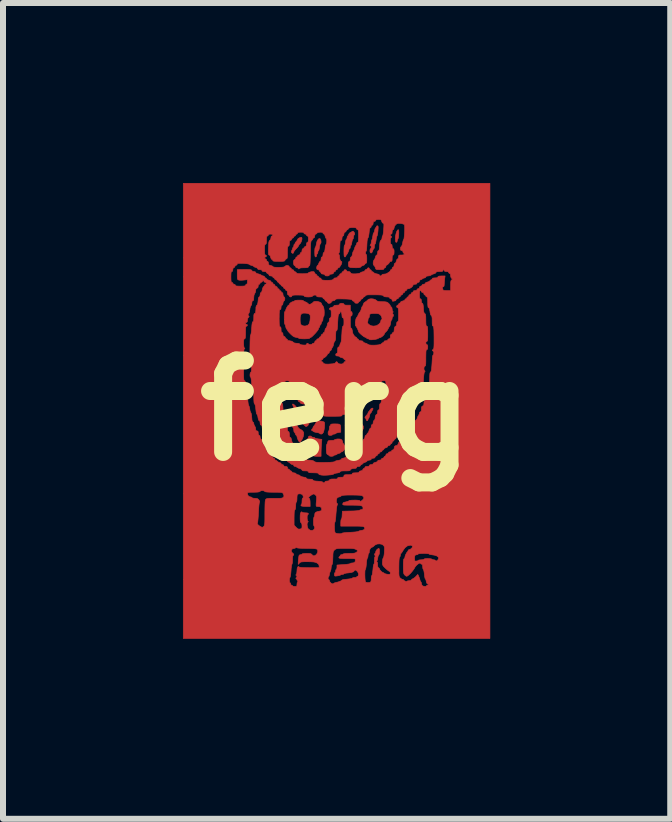
<source format=kicad_pcb>
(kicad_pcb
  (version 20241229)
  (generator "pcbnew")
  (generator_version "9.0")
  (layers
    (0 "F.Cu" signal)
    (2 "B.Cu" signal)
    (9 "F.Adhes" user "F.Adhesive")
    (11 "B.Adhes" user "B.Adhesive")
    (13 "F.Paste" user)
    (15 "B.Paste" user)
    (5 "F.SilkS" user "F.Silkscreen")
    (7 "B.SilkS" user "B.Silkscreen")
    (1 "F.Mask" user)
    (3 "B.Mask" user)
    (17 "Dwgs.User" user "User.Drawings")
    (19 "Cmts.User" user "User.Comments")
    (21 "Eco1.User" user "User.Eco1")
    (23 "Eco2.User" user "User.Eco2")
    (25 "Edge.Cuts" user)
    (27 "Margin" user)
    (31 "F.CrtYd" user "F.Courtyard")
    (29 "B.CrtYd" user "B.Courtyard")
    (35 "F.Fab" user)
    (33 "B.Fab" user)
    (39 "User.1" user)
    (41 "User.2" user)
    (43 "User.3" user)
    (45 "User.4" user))
  (footprint "ferg"
    (layer "F.Cu")
    (at 2.556 3.794)
    (property "Reference" "ferg" (at 0 0 0) (layer "F.SilkS") (effects (font (size 1.524 1.524) (thickness 0.3))))
    (attr through_hole)
    (fp_poly (pts (xy -0.753 0.104) (xy -0.751 0.111) (xy -0.757 0.125) (xy -0.762 0.127) (xy -0.771 0.118) (xy -0.773 0.111) (xy -0.767 0.097) (xy -0.762 0.095) (xy -0.753 0.104)) (stroke (width 0.01) (type solid)) (fill yes) (layer "F.Cu"))
    (fp_poly (pts (xy -0.708 -0.102) (xy -0.683 -0.079) (xy -0.657 -0.047) (xy -0.647 -0.021) (xy -0.648 -0.013) (xy -0.655 0.012) (xy -0.668 0.016) (xy -0.683 0.002) (xy -0.693 -0.018) (xy -0.708 -0.05) (xy -0.721 -0.078) (xy -0.723 -0.082) (xy -0.73 -0.104) (xy -0.725 -0.111) (xy -0.708 -0.102)) (stroke (width 0.01) (type solid)) (fill yes) (layer "F.Cu"))
    (fp_poly (pts (xy 1.039 -3.007) (xy 1.041 -2.983) (xy 1.041 -2.95) (xy 1.039 -2.915) (xy 1.035 -2.885) (xy 1.029 -2.864) (xy 1.025 -2.859) (xy 1.018 -2.847) (xy 1.016 -2.83) (xy 1.01 -2.81) (xy 1 -2.805) (xy 0.991 -2.809) (xy 0.986 -2.827) (xy 0.984 -2.86) (xy 0.984 -2.868) (xy 0.987 -2.911) (xy 0.996 -2.952) (xy 1.008 -2.987) (xy 1.022 -3.01) (xy 1.034 -3.016) (xy 1.039 -3.007)) (stroke (width 0.01) (type solid)) (fill yes) (layer "F.Cu"))
    (fp_poly (pts (xy 0.37 0.076) (xy 0.363 0.088) (xy 0.344 0.11) (xy 0.316 0.14) (xy 0.283 0.174) (xy 0.248 0.209) (xy 0.214 0.241) (xy 0.186 0.266) (xy 0.166 0.282) (xy 0.159 0.286) (xy 0.152 0.276) (xy 0.148 0.253) (xy 0.148 0.245) (xy 0.152 0.21) (xy 0.168 0.189) (xy 0.2 0.175) (xy 0.201 0.174) (xy 0.229 0.16) (xy 0.245 0.147) (xy 0.262 0.131) (xy 0.272 0.127) (xy 0.286 0.12) (xy 0.305 0.103) (xy 0.306 0.102) (xy 0.328 0.083) (xy 0.35 0.071) (xy 0.366 0.069) (xy 0.37 0.076)) (stroke (width 0.01) (type solid)) (fill yes) (layer "F.Cu"))
    (fp_poly (pts (xy -0.498 0.048) (xy -0.497 0.052) (xy -0.489 0.063) (xy -0.467 0.077) (xy -0.458 0.081) (xy -0.429 0.096) (xy -0.407 0.111) (xy -0.396 0.122) (xy -0.399 0.127) (xy -0.399 0.127) (xy -0.408 0.136) (xy -0.421 0.158) (xy -0.426 0.169) (xy -0.439 0.195) (xy -0.452 0.21) (xy -0.455 0.212) (xy -0.464 0.22) (xy -0.466 0.232) (xy -0.475 0.252) (xy -0.498 0.264) (xy -0.508 0.265) (xy -0.519 0.257) (xy -0.539 0.239) (xy -0.56 0.217) (xy -0.583 0.188) (xy -0.599 0.162) (xy -0.603 0.148) (xy -0.608 0.131) (xy -0.615 0.127) (xy -0.615 0.12) (xy -0.602 0.103) (xy -0.585 0.085) (xy -0.556 0.061) (xy -0.53 0.046) (xy -0.509 0.041) (xy -0.498 0.048)) (stroke (width 0.01) (type solid)) (fill yes) (layer "F.Cu"))
    (fp_poly (pts (xy -0.269 -2.863) (xy -0.259 -2.846) (xy -0.255 -2.821) (xy -0.255 -2.798) (xy -0.261 -2.784) (xy -0.264 -2.783) (xy -0.27 -2.774) (xy -0.277 -2.749) (xy -0.281 -2.725) (xy -0.286 -2.693) (xy -0.293 -2.672) (xy -0.298 -2.667) (xy -0.305 -2.658) (xy -0.307 -2.641) (xy -0.311 -2.621) (xy -0.318 -2.614) (xy -0.325 -2.605) (xy -0.328 -2.588) (xy -0.334 -2.566) (xy -0.344 -2.561) (xy -0.352 -2.565) (xy -0.357 -2.58) (xy -0.359 -2.61) (xy -0.36 -2.641) (xy -0.359 -2.678) (xy -0.356 -2.707) (xy -0.351 -2.72) (xy -0.35 -2.72) (xy -0.344 -2.729) (xy -0.337 -2.754) (xy -0.333 -2.774) (xy -0.324 -2.815) (xy -0.309 -2.846) (xy -0.292 -2.865) (xy -0.275 -2.868) (xy -0.269 -2.863)) (stroke (width 0.01) (type solid)) (fill yes) (layer "F.Cu"))
    (fp_poly (pts (xy 0.61 -0.039) (xy 0.611 -0.025) (xy 0.605 -0.013) (xy 0.591 0.012) (xy 0.586 0.024) (xy 0.576 0.039) (xy 0.57 0.042) (xy 0.563 0.052) (xy 0.556 0.075) (xy 0.554 0.085) (xy 0.548 0.111) (xy 0.541 0.126) (xy 0.538 0.127) (xy 0.531 0.136) (xy 0.529 0.148) (xy 0.523 0.165) (xy 0.513 0.169) (xy 0.5 0.161) (xy 0.497 0.148) (xy 0.493 0.131) (xy 0.487 0.127) (xy 0.477 0.121) (xy 0.481 0.104) (xy 0.499 0.082) (xy 0.503 0.078) (xy 0.521 0.057) (xy 0.529 0.039) (xy 0.529 0.038) (xy 0.533 0.023) (xy 0.537 0.021) (xy 0.547 0.013) (xy 0.556 -0.002) (xy 0.571 -0.024) (xy 0.591 -0.039) (xy 0.607 -0.041) (xy 0.61 -0.039)) (stroke (width 0.01) (type solid)) (fill yes) (layer "F.Cu"))
    (fp_poly (pts (xy -0.287 0.171) (xy -0.266 0.174) (xy -0.232 0.18) (xy -0.207 0.188) (xy -0.199 0.194) (xy -0.195 0.212) (xy -0.195 0.244) (xy -0.198 0.283) (xy -0.204 0.322) (xy -0.212 0.354) (xy -0.215 0.362) (xy -0.233 0.386) (xy -0.251 0.392) (xy -0.27 0.388) (xy -0.275 0.382) (xy -0.285 0.375) (xy -0.309 0.368) (xy -0.328 0.365) (xy -0.358 0.359) (xy -0.377 0.352) (xy -0.381 0.348) (xy -0.39 0.34) (xy -0.397 0.339) (xy -0.411 0.33) (xy -0.413 0.323) (xy -0.407 0.309) (xy -0.402 0.307) (xy -0.393 0.298) (xy -0.392 0.292) (xy -0.385 0.271) (xy -0.378 0.262) (xy -0.352 0.227) (xy -0.333 0.19) (xy -0.332 0.187) (xy -0.325 0.175) (xy -0.312 0.171) (xy -0.287 0.171)) (stroke (width 0.01) (type solid)) (fill yes) (layer "F.Cu"))
    (fp_poly (pts (xy 0.02 0.223) (xy 0.049 0.227) (xy 0.065 0.238) (xy 0.072 0.257) (xy 0.074 0.289) (xy 0.074 0.297) (xy 0.074 0.36) (xy 0.032 0.366) (xy 0.005 0.373) (xy -0.009 0.38) (xy -0.011 0.382) (xy -0.02 0.389) (xy -0.037 0.392) (xy -0.057 0.395) (xy -0.064 0.402) (xy -0.072 0.409) (xy -0.093 0.413) (xy -0.115 0.412) (xy -0.13 0.406) (xy -0.131 0.406) (xy -0.136 0.391) (xy -0.137 0.368) (xy -0.134 0.348) (xy -0.127 0.339) (xy -0.127 0.339) (xy -0.12 0.329) (xy -0.117 0.306) (xy -0.116 0.296) (xy -0.114 0.27) (xy -0.108 0.255) (xy -0.106 0.254) (xy -0.096 0.245) (xy -0.095 0.238) (xy -0.091 0.229) (xy -0.074 0.224) (xy -0.042 0.222) (xy -0.027 0.222) (xy 0.02 0.223)) (stroke (width 0.01) (type solid)) (fill yes) (layer "F.Cu"))
    (fp_poly (pts (xy -0.574 -2.88) (xy -0.572 -2.864) (xy -0.576 -2.839) (xy -0.586 -2.811) (xy -0.599 -2.787) (xy -0.612 -2.773) (xy -0.615 -2.773) (xy -0.623 -2.764) (xy -0.624 -2.757) (xy -0.632 -2.741) (xy -0.65 -2.717) (xy -0.667 -2.7) (xy -0.69 -2.675) (xy -0.706 -2.653) (xy -0.709 -2.643) (xy -0.716 -2.625) (xy -0.731 -2.621) (xy -0.745 -2.632) (xy -0.747 -2.637) (xy -0.747 -2.659) (xy -0.742 -2.67) (xy -0.732 -2.69) (xy -0.73 -2.701) (xy -0.725 -2.717) (xy -0.72 -2.72) (xy -0.712 -2.729) (xy -0.709 -2.746) (xy -0.705 -2.766) (xy -0.699 -2.773) (xy -0.689 -2.781) (xy -0.688 -2.787) (xy -0.681 -2.804) (xy -0.667 -2.82) (xy -0.651 -2.84) (xy -0.646 -2.854) (xy -0.637 -2.867) (xy -0.616 -2.88) (xy -0.591 -2.888) (xy -0.581 -2.889) (xy -0.574 -2.88)) (stroke (width 0.01) (type solid)) (fill yes) (layer "F.Cu"))
    (fp_poly (pts (xy -0.681 0.205) (xy -0.677 0.217) (xy -0.672 0.231) (xy -0.667 0.233) (xy -0.657 0.242) (xy -0.65 0.257) (xy -0.637 0.281) (xy -0.616 0.303) (xy -0.596 0.316) (xy -0.59 0.318) (xy -0.576 0.325) (xy -0.559 0.341) (xy -0.543 0.369) (xy -0.544 0.4) (xy -0.551 0.433) (xy -0.563 0.465) (xy -0.575 0.488) (xy -0.585 0.497) (xy -0.592 0.506) (xy -0.593 0.513) (xy -0.597 0.528) (xy -0.609 0.526) (xy -0.625 0.511) (xy -0.638 0.488) (xy -0.649 0.459) (xy -0.656 0.435) (xy -0.656 0.43) (xy -0.661 0.415) (xy -0.667 0.413) (xy -0.677 0.404) (xy -0.684 0.386) (xy -0.692 0.366) (xy -0.7 0.36) (xy -0.706 0.351) (xy -0.709 0.328) (xy -0.709 0.323) (xy -0.712 0.298) (xy -0.718 0.286) (xy -0.72 0.286) (xy -0.728 0.277) (xy -0.73 0.257) (xy -0.725 0.234) (xy -0.715 0.216) (xy -0.695 0.203) (xy -0.681 0.205)) (stroke (width 0.01) (type solid)) (fill yes) (layer "F.Cu"))
    (fp_poly (pts (xy -0.419 0.427) (xy -0.413 0.434) (xy -0.404 0.442) (xy -0.386 0.445) (xy -0.366 0.448) (xy -0.36 0.454) (xy -0.35 0.461) (xy -0.326 0.467) (xy -0.3 0.472) (xy -0.241 0.479) (xy -0.247 0.559) (xy -0.251 0.609) (xy -0.253 0.661) (xy -0.254 0.7) (xy -0.254 0.762) (xy -0.318 0.762) (xy -0.351 0.761) (xy -0.374 0.757) (xy -0.381 0.753) (xy -0.39 0.745) (xy -0.413 0.738) (xy -0.421 0.737) (xy -0.453 0.727) (xy -0.474 0.709) (xy -0.488 0.693) (xy -0.498 0.688) (xy -0.518 0.68) (xy -0.533 0.661) (xy -0.539 0.639) (xy -0.532 0.621) (xy -0.529 0.619) (xy -0.522 0.605) (xy -0.519 0.579) (xy -0.519 0.571) (xy -0.516 0.545) (xy -0.511 0.53) (xy -0.509 0.529) (xy -0.5 0.52) (xy -0.492 0.498) (xy -0.492 0.497) (xy -0.484 0.475) (xy -0.476 0.466) (xy -0.475 0.466) (xy -0.467 0.457) (xy -0.466 0.445) (xy -0.459 0.428) (xy -0.439 0.423) (xy -0.419 0.427)) (stroke (width 0.01) (type solid)) (fill yes) (layer "F.Cu"))
    (fp_poly (pts (xy 0.063 0.474) (xy 0.092 0.488) (xy 0.105 0.516) (xy 0.106 0.526) (xy 0.11 0.545) (xy 0.116 0.55) (xy 0.126 0.559) (xy 0.127 0.566) (xy 0.133 0.58) (xy 0.138 0.582) (xy 0.145 0.591) (xy 0.148 0.612) (xy 0.141 0.639) (xy 0.123 0.665) (xy 0.101 0.684) (xy 0.087 0.688) (xy 0.075 0.694) (xy 0.074 0.698) (xy 0.065 0.706) (xy 0.043 0.714) (xy 0.042 0.714) (xy 0.018 0.722) (xy 0.005 0.731) (xy -0.01 0.739) (xy -0.022 0.741) (xy -0.039 0.745) (xy -0.042 0.751) (xy -0.052 0.758) (xy -0.075 0.762) (xy -0.079 0.762) (xy -0.104 0.76) (xy -0.116 0.755) (xy -0.116 0.754) (xy -0.125 0.744) (xy -0.14 0.735) (xy -0.153 0.727) (xy -0.161 0.713) (xy -0.165 0.688) (xy -0.167 0.653) (xy -0.167 0.614) (xy -0.165 0.584) (xy -0.161 0.568) (xy -0.151 0.549) (xy -0.144 0.527) (xy -0.138 0.509) (xy -0.127 0.501) (xy -0.104 0.498) (xy -0.084 0.497) (xy -0.054 0.496) (xy -0.035 0.492) (xy -0.032 0.488) (xy -0.022 0.482) (xy 0.002 0.476) (xy 0.019 0.473) (xy 0.063 0.474)) (stroke (width 0.01) (type solid)) (fill yes) (layer "F.Cu"))
    (fp_poly (pts (xy 0.422 0.207) (xy 0.423 0.212) (xy 0.43 0.228) (xy 0.44 0.241) (xy 0.452 0.266) (xy 0.45 0.299) (xy 0.436 0.332) (xy 0.419 0.353) (xy 0.4 0.374) (xy 0.392 0.394) (xy 0.392 0.395) (xy 0.387 0.41) (xy 0.381 0.413) (xy 0.371 0.421) (xy 0.37 0.425) (xy 0.363 0.44) (xy 0.346 0.46) (xy 0.344 0.461) (xy 0.326 0.482) (xy 0.318 0.498) (xy 0.318 0.499) (xy 0.309 0.52) (xy 0.287 0.539) (xy 0.258 0.554) (xy 0.23 0.56) (xy 0.21 0.555) (xy 0.208 0.554) (xy 0.203 0.539) (xy 0.201 0.514) (xy 0.201 0.512) (xy 0.198 0.488) (xy 0.192 0.476) (xy 0.191 0.476) (xy 0.184 0.467) (xy 0.18 0.443) (xy 0.18 0.434) (xy 0.183 0.403) (xy 0.193 0.392) (xy 0.194 0.392) (xy 0.208 0.384) (xy 0.232 0.365) (xy 0.26 0.339) (xy 0.266 0.333) (xy 0.294 0.306) (xy 0.318 0.285) (xy 0.332 0.275) (xy 0.334 0.275) (xy 0.349 0.267) (xy 0.368 0.249) (xy 0.384 0.228) (xy 0.392 0.212) (xy 0.392 0.212) (xy 0.4 0.202) (xy 0.407 0.201) (xy 0.422 0.207)) (stroke (width 0.01) (type solid)) (fill yes) (layer "F.Cu"))
    (fp_poly (pts (xy 0.29 -2.982) (xy 0.305 -2.958) (xy 0.305 -2.936) (xy 0.296 -2.926) (xy 0.289 -2.912) (xy 0.286 -2.889) (xy 0.283 -2.867) (xy 0.276 -2.857) (xy 0.269 -2.848) (xy 0.263 -2.824) (xy 0.259 -2.805) (xy 0.253 -2.774) (xy 0.246 -2.755) (xy 0.242 -2.752) (xy 0.235 -2.743) (xy 0.233 -2.725) (xy 0.229 -2.705) (xy 0.222 -2.699) (xy 0.212 -2.691) (xy 0.212 -2.688) (xy 0.208 -2.671) (xy 0.198 -2.645) (xy 0.185 -2.619) (xy 0.173 -2.599) (xy 0.167 -2.593) (xy 0.16 -2.584) (xy 0.159 -2.577) (xy 0.15 -2.563) (xy 0.143 -2.561) (xy 0.135 -2.565) (xy 0.13 -2.578) (xy 0.128 -2.605) (xy 0.127 -2.649) (xy 0.127 -2.656) (xy 0.128 -2.698) (xy 0.13 -2.731) (xy 0.134 -2.749) (xy 0.136 -2.752) (xy 0.143 -2.761) (xy 0.149 -2.785) (xy 0.151 -2.802) (xy 0.157 -2.832) (xy 0.164 -2.852) (xy 0.168 -2.855) (xy 0.177 -2.868) (xy 0.18 -2.885) (xy 0.183 -2.904) (xy 0.189 -2.91) (xy 0.199 -2.919) (xy 0.205 -2.936) (xy 0.219 -2.959) (xy 0.236 -2.969) (xy 0.257 -2.98) (xy 0.266 -2.988) (xy 0.278 -2.99) (xy 0.29 -2.982)) (stroke (width 0.01) (type solid)) (fill yes) (layer "F.Cu"))
    (fp_poly (pts (xy 0.693 -3.077) (xy 0.697 -3.067) (xy 0.698 -3.045) (xy 0.695 -3.007) (xy 0.695 -2.998) (xy 0.69 -2.959) (xy 0.685 -2.928) (xy 0.68 -2.912) (xy 0.679 -2.911) (xy 0.673 -2.898) (xy 0.667 -2.871) (xy 0.663 -2.842) (xy 0.657 -2.807) (xy 0.651 -2.783) (xy 0.645 -2.775) (xy 0.638 -2.763) (xy 0.635 -2.738) (xy 0.635 -2.735) (xy 0.633 -2.711) (xy 0.627 -2.699) (xy 0.626 -2.699) (xy 0.617 -2.69) (xy 0.608 -2.668) (xy 0.607 -2.665) (xy 0.595 -2.637) (xy 0.58 -2.626) (xy 0.568 -2.632) (xy 0.562 -2.647) (xy 0.561 -2.669) (xy 0.564 -2.69) (xy 0.571 -2.699) (xy 0.572 -2.699) (xy 0.579 -2.708) (xy 0.582 -2.725) (xy 0.578 -2.745) (xy 0.569 -2.752) (xy 0.562 -2.755) (xy 0.569 -2.764) (xy 0.58 -2.785) (xy 0.582 -2.802) (xy 0.586 -2.83) (xy 0.592 -2.844) (xy 0.6 -2.866) (xy 0.606 -2.898) (xy 0.609 -2.913) (xy 0.614 -2.942) (xy 0.62 -2.96) (xy 0.624 -2.963) (xy 0.631 -2.973) (xy 0.637 -2.996) (xy 0.639 -3.006) (xy 0.646 -3.032) (xy 0.654 -3.047) (xy 0.656 -3.048) (xy 0.666 -3.057) (xy 0.667 -3.064) (xy 0.675 -3.078) (xy 0.684 -3.08) (xy 0.693 -3.077)) (stroke (width 0.01) (type solid)) (fill yes) (layer "F.Cu"))
    (fp_poly (pts (xy -0.589 -1.841) (xy -0.563 -1.838) (xy -0.551 -1.833) (xy -0.55 -1.832) (xy -0.541 -1.823) (xy -0.522 -1.815) (xy -0.493 -1.802) (xy -0.474 -1.787) (xy -0.458 -1.772) (xy -0.441 -1.771) (xy -0.424 -1.778) (xy -0.401 -1.791) (xy -0.387 -1.805) (xy -0.387 -1.805) (xy -0.373 -1.817) (xy -0.346 -1.821) (xy -0.313 -1.819) (xy -0.281 -1.81) (xy -0.256 -1.797) (xy -0.248 -1.785) (xy -0.239 -1.764) (xy -0.234 -1.757) (xy -0.224 -1.744) (xy -0.214 -1.728) (xy -0.208 -1.707) (xy -0.203 -1.675) (xy -0.201 -1.64) (xy -0.202 -1.606) (xy -0.205 -1.579) (xy -0.21 -1.567) (xy -0.212 -1.566) (xy -0.219 -1.557) (xy -0.222 -1.534) (xy -0.222 -1.529) (xy -0.225 -1.505) (xy -0.231 -1.493) (xy -0.232 -1.492) (xy -0.241 -1.483) (xy -0.249 -1.461) (xy -0.249 -1.46) (xy -0.256 -1.438) (xy -0.265 -1.429) (xy -0.265 -1.429) (xy -0.273 -1.42) (xy -0.275 -1.408) (xy -0.28 -1.39) (xy -0.286 -1.386) (xy -0.294 -1.378) (xy -0.296 -1.365) (xy -0.303 -1.348) (xy -0.322 -1.322) (xy -0.347 -1.292) (xy -0.376 -1.262) (xy -0.402 -1.236) (xy -0.423 -1.22) (xy -0.432 -1.217) (xy -0.444 -1.21) (xy -0.445 -1.206) (xy -0.454 -1.201) (xy -0.482 -1.198) (xy -0.523 -1.196) (xy -0.534 -1.196) (xy -0.575 -1.197) (xy -0.606 -1.2) (xy -0.623 -1.203) (xy -0.624 -1.205) (xy -0.634 -1.212) (xy -0.657 -1.218) (xy -0.668 -1.22) (xy -0.699 -1.228) (xy -0.728 -1.245) (xy -0.762 -1.276) (xy -0.763 -1.277) (xy -0.789 -1.304) (xy -0.808 -1.327) (xy -0.815 -1.341) (xy -0.821 -1.354) (xy -0.825 -1.355) (xy -0.833 -1.364) (xy -0.841 -1.387) (xy -0.843 -1.397) (xy -0.849 -1.423) (xy -0.856 -1.438) (xy -0.859 -1.439) (xy -0.862 -1.449) (xy -0.866 -1.476) (xy -0.867 -1.514) (xy -0.867 -1.516) (xy -0.603 -1.516) (xy -0.601 -1.472) (xy -0.595 -1.444) (xy -0.585 -1.428) (xy -0.557 -1.413) (xy -0.521 -1.409) (xy -0.485 -1.418) (xy -0.469 -1.428) (xy -0.451 -1.451) (xy -0.441 -1.487) (xy -0.438 -1.506) (xy -0.434 -1.555) (xy -0.436 -1.587) (xy -0.448 -1.607) (xy -0.471 -1.618) (xy -0.505 -1.624) (xy -0.548 -1.625) (xy -0.576 -1.617) (xy -0.593 -1.596) (xy -0.602 -1.56) (xy -0.603 -1.516) (xy -0.867 -1.516) (xy -0.868 -1.545) (xy -0.867 -1.594) (xy -0.864 -1.63) (xy -0.86 -1.649) (xy -0.857 -1.651) (xy -0.847 -1.659) (xy -0.847 -1.662) (xy -0.842 -1.682) (xy -0.831 -1.709) (xy -0.816 -1.735) (xy -0.803 -1.753) (xy -0.797 -1.757) (xy -0.784 -1.764) (xy -0.783 -1.768) (xy -0.774 -1.788) (xy -0.75 -1.806) (xy -0.726 -1.816) (xy -0.703 -1.824) (xy -0.692 -1.832) (xy -0.68 -1.837) (xy -0.654 -1.84) (xy -0.622 -1.841) (xy -0.589 -1.841)) (stroke (width 0.01) (type solid)) (fill yes) (layer "F.Cu"))
    (fp_poly (pts (xy 0.614 -1.861) (xy 0.649 -1.85) (xy 0.664 -1.839) (xy 0.681 -1.826) (xy 0.702 -1.819) (xy 0.734 -1.816) (xy 0.766 -1.815) (xy 0.808 -1.814) (xy 0.835 -1.81) (xy 0.856 -1.801) (xy 0.87 -1.789) (xy 0.89 -1.769) (xy 0.899 -1.751) (xy 0.9 -1.749) (xy 0.908 -1.733) (xy 0.915 -1.729) (xy 0.927 -1.714) (xy 0.931 -1.687) (xy 0.934 -1.663) (xy 0.942 -1.651) (xy 0.943 -1.651) (xy 0.949 -1.647) (xy 0.943 -1.636) (xy 0.936 -1.62) (xy 0.941 -1.614) (xy 0.95 -1.601) (xy 0.952 -1.582) (xy 0.947 -1.568) (xy 0.942 -1.566) (xy 0.934 -1.557) (xy 0.931 -1.54) (xy 0.928 -1.52) (xy 0.922 -1.513) (xy 0.915 -1.504) (xy 0.908 -1.48) (xy 0.905 -1.46) (xy 0.899 -1.43) (xy 0.893 -1.411) (xy 0.89 -1.408) (xy 0.882 -1.399) (xy 0.87 -1.377) (xy 0.868 -1.371) (xy 0.851 -1.34) (xy 0.831 -1.316) (xy 0.829 -1.315) (xy 0.811 -1.298) (xy 0.804 -1.284) (xy 0.796 -1.267) (xy 0.777 -1.246) (xy 0.754 -1.228) (xy 0.734 -1.217) (xy 0.731 -1.217) (xy 0.711 -1.211) (xy 0.699 -1.203) (xy 0.682 -1.195) (xy 0.654 -1.188) (xy 0.62 -1.183) (xy 0.587 -1.18) (xy 0.562 -1.181) (xy 0.551 -1.185) (xy 0.55 -1.186) (xy 0.541 -1.194) (xy 0.529 -1.196) (xy 0.512 -1.2) (xy 0.508 -1.205) (xy 0.499 -1.215) (xy 0.481 -1.222) (xy 0.462 -1.231) (xy 0.436 -1.25) (xy 0.409 -1.273) (xy 0.386 -1.295) (xy 0.372 -1.312) (xy 0.37 -1.317) (xy 0.366 -1.333) (xy 0.356 -1.357) (xy 0.343 -1.382) (xy 0.332 -1.402) (xy 0.326 -1.408) (xy 0.32 -1.417) (xy 0.318 -1.44) (xy 0.318 -1.466) (xy 0.519 -1.466) (xy 0.531 -1.447) (xy 0.537 -1.44) (xy 0.573 -1.416) (xy 0.618 -1.408) (xy 0.664 -1.414) (xy 0.68 -1.421) (xy 0.718 -1.447) (xy 0.738 -1.476) (xy 0.741 -1.491) (xy 0.745 -1.509) (xy 0.751 -1.513) (xy 0.761 -1.521) (xy 0.761 -1.541) (xy 0.754 -1.566) (xy 0.74 -1.589) (xy 0.736 -1.593) (xy 0.719 -1.607) (xy 0.7 -1.615) (xy 0.671 -1.619) (xy 0.637 -1.619) (xy 0.594 -1.618) (xy 0.568 -1.612) (xy 0.555 -1.599) (xy 0.551 -1.577) (xy 0.55 -1.565) (xy 0.546 -1.549) (xy 0.54 -1.545) (xy 0.532 -1.536) (xy 0.529 -1.514) (xy 0.526 -1.49) (xy 0.519 -1.476) (xy 0.519 -1.466) (xy 0.318 -1.466) (xy 0.318 -1.471) (xy 0.322 -1.503) (xy 0.327 -1.529) (xy 0.331 -1.537) (xy 0.343 -1.557) (xy 0.35 -1.566) (xy 0.358 -1.58) (xy 0.365 -1.598) (xy 0.379 -1.625) (xy 0.391 -1.64) (xy 0.405 -1.661) (xy 0.416 -1.691) (xy 0.417 -1.696) (xy 0.424 -1.721) (xy 0.431 -1.735) (xy 0.433 -1.736) (xy 0.441 -1.745) (xy 0.448 -1.767) (xy 0.448 -1.768) (xy 0.462 -1.797) (xy 0.479 -1.809) (xy 0.504 -1.825) (xy 0.518 -1.84) (xy 0.541 -1.857) (xy 0.576 -1.864) (xy 0.614 -1.861)) (stroke (width 0.01) (type solid)) (fill yes) (layer "F.Cu"))
    (fp_poly (pts (xy 2.561 3.799) (xy -2.551 3.799) (xy -2.551 2.816) (xy -0.783 2.816) (xy -0.782 2.841) (xy -0.779 2.861) (xy -0.773 2.868) (xy -0.764 2.877) (xy -0.762 2.889) (xy -0.755 2.906) (xy -0.746 2.91) (xy -0.732 2.916) (xy -0.73 2.921) (xy -0.721 2.928) (xy -0.698 2.931) (xy -0.693 2.932) (xy -0.668 2.93) (xy -0.658 2.921) (xy -0.656 2.898) (xy -0.656 2.897) (xy -0.653 2.869) (xy -0.644 2.849) (xy -0.643 2.849) (xy -0.636 2.839) (xy -0.643 2.836) (xy -0.655 2.828) (xy -0.656 2.821) (xy -0.664 2.804) (xy -0.669 2.8) (xy -0.676 2.795) (xy -0.138 2.795) (xy -0.133 2.811) (xy -0.127 2.815) (xy -0.118 2.824) (xy -0.116 2.831) (xy -0.108 2.854) (xy -0.088 2.876) (xy -0.064 2.888) (xy -0.061 2.888) (xy -0.045 2.885) (xy -0.042 2.88) (xy -0.033 2.873) (xy -0.01 2.866) (xy -0.005 2.865) (xy 0.029 2.857) (xy 0.06 2.846) (xy 0.085 2.835) (xy 0.095 2.825) (xy 0.095 2.824) (xy 0.105 2.82) (xy 0.131 2.816) (xy 0.168 2.811) (xy 0.18 2.81) (xy 0.219 2.805) (xy 0.249 2.8) (xy 0.264 2.794) (xy 0.265 2.793) (xy 0.274 2.787) (xy 0.297 2.783) (xy 0.302 2.783) (xy 0.326 2.781) (xy 0.338 2.774) (xy 0.339 2.773) (xy 0.347 2.763) (xy 0.355 2.762) (xy 0.367 2.754) (xy 0.371 2.734) (xy 0.367 2.716) (xy 0.476 2.716) (xy 0.476 2.757) (xy 0.478 2.797) (xy 0.481 2.831) (xy 0.486 2.854) (xy 0.489 2.861) (xy 0.521 2.867) (xy 0.555 2.865) (xy 0.565 2.862) (xy 0.577 2.85) (xy 0.582 2.822) (xy 0.582 2.804) (xy 0.584 2.774) (xy 0.589 2.754) (xy 0.592 2.75) (xy 0.598 2.738) (xy 0.603 2.711) (xy 0.608 2.672) (xy 0.61 2.654) (xy 0.614 2.612) (xy 0.619 2.581) (xy 0.624 2.563) (xy 0.626 2.561) (xy 0.631 2.552) (xy 0.634 2.527) (xy 0.635 2.498) (xy 0.637 2.464) (xy 0.641 2.441) (xy 0.646 2.434) (xy 0.65 2.427) (xy 0.643 2.412) (xy 0.635 2.394) (xy 0.641 2.385) (xy 0.643 2.384) (xy 0.654 2.371) (xy 0.656 2.356) (xy 0.664 2.333) (xy 0.682 2.311) (xy 0.703 2.298) (xy 0.709 2.297) (xy 0.716 2.306) (xy 0.719 2.328) (xy 0.719 2.357) (xy 0.717 2.384) (xy 0.712 2.401) (xy 0.708 2.404) (xy 0.7 2.416) (xy 0.693 2.442) (xy 0.691 2.456) (xy 0.685 2.486) (xy 0.677 2.507) (xy 0.673 2.511) (xy 0.668 2.518) (xy 0.675 2.519) (xy 0.684 2.529) (xy 0.688 2.558) (xy 0.688 2.567) (xy 0.691 2.602) (xy 0.701 2.62) (xy 0.704 2.621) (xy 0.718 2.632) (xy 0.72 2.638) (xy 0.727 2.655) (xy 0.745 2.676) (xy 0.765 2.693) (xy 0.779 2.699) (xy 0.794 2.707) (xy 0.796 2.71) (xy 0.808 2.718) (xy 0.834 2.725) (xy 0.85 2.728) (xy 0.88 2.73) (xy 0.894 2.728) (xy 0.899 2.717) (xy 0.9 2.705) (xy 0.894 2.683) (xy 0.884 2.678) (xy 0.869 2.671) (xy 0.845 2.652) (xy 0.818 2.628) (xy 0.803 2.613) (xy 1.043 2.613) (xy 1.043 2.674) (xy 1.043 2.718) (xy 1.045 2.747) (xy 1.049 2.766) (xy 1.054 2.779) (xy 1.063 2.788) (xy 1.068 2.793) (xy 1.09 2.809) (xy 1.108 2.815) (xy 1.108 2.815) (xy 1.121 2.82) (xy 1.122 2.823) (xy 1.13 2.833) (xy 1.148 2.843) (xy 1.167 2.849) (xy 1.175 2.846) (xy 1.184 2.84) (xy 1.207 2.836) (xy 1.211 2.836) (xy 1.24 2.832) (xy 1.253 2.82) (xy 1.266 2.806) (xy 1.273 2.805) (xy 1.288 2.797) (xy 1.311 2.779) (xy 1.323 2.768) (xy 1.358 2.731) (xy 1.371 2.757) (xy 1.383 2.786) (xy 1.392 2.814) (xy 1.399 2.839) (xy 1.408 2.853) (xy 1.408 2.853) (xy 1.417 2.867) (xy 1.418 2.88) (xy 1.425 2.905) (xy 1.431 2.916) (xy 1.448 2.926) (xy 1.471 2.931) (xy 1.492 2.93) (xy 1.503 2.922) (xy 1.503 2.921) (xy 1.511 2.912) (xy 1.519 2.91) (xy 1.533 2.905) (xy 1.535 2.9) (xy 1.526 2.89) (xy 1.52 2.889) (xy 1.509 2.879) (xy 1.5 2.853) (xy 1.499 2.847) (xy 1.493 2.82) (xy 1.485 2.806) (xy 1.483 2.805) (xy 1.478 2.795) (xy 1.473 2.769) (xy 1.468 2.733) (xy 1.468 2.728) (xy 1.463 2.69) (xy 1.457 2.662) (xy 1.451 2.648) (xy 1.45 2.648) (xy 1.443 2.636) (xy 1.44 2.611) (xy 1.439 2.603) (xy 1.437 2.574) (xy 1.428 2.562) (xy 1.423 2.561) (xy 1.409 2.555) (xy 1.408 2.551) (xy 1.401 2.541) (xy 1.384 2.544) (xy 1.362 2.557) (xy 1.339 2.576) (xy 1.318 2.599) (xy 1.309 2.614) (xy 1.292 2.644) (xy 1.266 2.678) (xy 1.238 2.711) (xy 1.209 2.739) (xy 1.186 2.757) (xy 1.173 2.762) (xy 1.156 2.755) (xy 1.137 2.738) (xy 1.128 2.725) (xy 1.122 2.708) (xy 1.119 2.683) (xy 1.117 2.645) (xy 1.117 2.594) (xy 1.117 2.536) (xy 1.12 2.498) (xy 1.122 2.488) (xy 1.303 2.488) (xy 1.306 2.503) (xy 1.317 2.508) (xy 1.333 2.508) (xy 1.355 2.505) (xy 1.365 2.498) (xy 1.365 2.498) (xy 1.375 2.491) (xy 1.399 2.488) (xy 1.413 2.487) (xy 1.441 2.485) (xy 1.458 2.48) (xy 1.46 2.477) (xy 1.47 2.471) (xy 1.495 2.467) (xy 1.523 2.466) (xy 1.558 2.468) (xy 1.584 2.472) (xy 1.593 2.477) (xy 1.607 2.485) (xy 1.625 2.487) (xy 1.645 2.491) (xy 1.651 2.498) (xy 1.658 2.507) (xy 1.674 2.504) (xy 1.689 2.493) (xy 1.705 2.467) (xy 1.701 2.444) (xy 1.679 2.425) (xy 1.64 2.411) (xy 1.609 2.406) (xy 1.576 2.401) (xy 1.552 2.395) (xy 1.545 2.39) (xy 1.535 2.386) (xy 1.509 2.383) (xy 1.472 2.381) (xy 1.455 2.381) (xy 1.415 2.382) (xy 1.383 2.385) (xy 1.367 2.389) (xy 1.365 2.391) (xy 1.356 2.399) (xy 1.336 2.404) (xy 1.318 2.408) (xy 1.309 2.419) (xy 1.305 2.443) (xy 1.304 2.458) (xy 1.303 2.488) (xy 1.122 2.488) (xy 1.124 2.476) (xy 1.13 2.469) (xy 1.141 2.456) (xy 1.143 2.443) (xy 1.148 2.421) (xy 1.16 2.393) (xy 1.174 2.367) (xy 1.187 2.352) (xy 1.188 2.351) (xy 1.195 2.339) (xy 1.196 2.333) (xy 1.205 2.32) (xy 1.215 2.318) (xy 1.236 2.31) (xy 1.257 2.293) (xy 1.271 2.27) (xy 1.265 2.253) (xy 1.242 2.244) (xy 1.232 2.244) (xy 1.187 2.254) (xy 1.146 2.285) (xy 1.11 2.335) (xy 1.106 2.342) (xy 1.092 2.366) (xy 1.08 2.38) (xy 1.077 2.381) (xy 1.071 2.39) (xy 1.069 2.406) (xy 1.064 2.431) (xy 1.056 2.443) (xy 1.05 2.457) (xy 1.046 2.488) (xy 1.044 2.537) (xy 1.043 2.606) (xy 1.043 2.613) (xy 0.803 2.613) (xy 0.791 2.601) (xy 0.776 2.581) (xy 0.769 2.56) (xy 0.768 2.531) (xy 0.769 2.521) (xy 0.772 2.487) (xy 0.778 2.462) (xy 0.783 2.455) (xy 0.79 2.441) (xy 0.796 2.409) (xy 0.801 2.365) (xy 0.801 2.359) (xy 0.803 2.314) (xy 0.803 2.284) (xy 0.798 2.265) (xy 0.789 2.25) (xy 0.786 2.246) (xy 0.757 2.228) (xy 0.718 2.221) (xy 0.677 2.225) (xy 0.643 2.242) (xy 0.635 2.249) (xy 0.616 2.267) (xy 0.602 2.275) (xy 0.602 2.275) (xy 0.58 2.285) (xy 0.562 2.308) (xy 0.551 2.337) (xy 0.55 2.347) (xy 0.548 2.37) (xy 0.541 2.381) (xy 0.54 2.381) (xy 0.533 2.391) (xy 0.529 2.413) (xy 0.529 2.417) (xy 0.526 2.443) (xy 0.519 2.457) (xy 0.518 2.457) (xy 0.513 2.469) (xy 0.507 2.496) (xy 0.502 2.535) (xy 0.501 2.553) (xy 0.497 2.595) (xy 0.492 2.626) (xy 0.487 2.644) (xy 0.485 2.646) (xy 0.48 2.655) (xy 0.477 2.681) (xy 0.476 2.716) (xy 0.367 2.716) (xy 0.366 2.708) (xy 0.353 2.684) (xy 0.347 2.678) (xy 0.325 2.66) (xy 0.31 2.659) (xy 0.296 2.674) (xy 0.294 2.677) (xy 0.28 2.689) (xy 0.254 2.697) (xy 0.212 2.704) (xy 0.203 2.705) (xy 0.166 2.709) (xy 0.139 2.715) (xy 0.127 2.721) (xy 0.127 2.721) (xy 0.118 2.728) (xy 0.101 2.731) (xy 0.08 2.734) (xy 0.072 2.739) (xy 0.061 2.746) (xy 0.035 2.752) (xy 0.019 2.755) (xy -0.012 2.759) (xy -0.026 2.756) (xy -0.031 2.746) (xy -0.032 2.73) (xy -0.029 2.708) (xy -0.021 2.699) (xy -0.021 2.699) (xy -0.013 2.69) (xy -0.011 2.672) (xy -0.007 2.652) (xy 0 2.646) (xy 0.007 2.637) (xy 0.011 2.614) (xy 0.011 2.61) (xy 0.011 2.574) (xy 0.122 2.567) (xy 0.167 2.563) (xy 0.204 2.558) (xy 0.227 2.553) (xy 0.233 2.55) (xy 0.242 2.543) (xy 0.265 2.54) (xy 0.269 2.54) (xy 0.298 2.535) (xy 0.314 2.517) (xy 0.318 2.486) (xy 0.316 2.478) (xy 0.31 2.472) (xy 0.295 2.469) (xy 0.269 2.467) (xy 0.228 2.466) (xy 0.18 2.466) (xy 0.123 2.466) (xy 0.083 2.464) (xy 0.059 2.462) (xy 0.046 2.457) (xy 0.042 2.451) (xy 0.042 2.45) (xy 0.048 2.436) (xy 0.053 2.434) (xy 0.062 2.426) (xy 0.064 2.418) (xy 0.072 2.405) (xy 0.084 2.402) (xy 0.104 2.398) (xy 0.111 2.392) (xy 0.124 2.387) (xy 0.153 2.383) (xy 0.193 2.381) (xy 0.215 2.381) (xy 0.264 2.38) (xy 0.297 2.377) (xy 0.319 2.371) (xy 0.335 2.362) (xy 0.338 2.359) (xy 0.354 2.344) (xy 0.359 2.335) (xy 0.359 2.335) (xy 0.338 2.32) (xy 0.319 2.31) (xy 0.296 2.303) (xy 0.265 2.299) (xy 0.223 2.297) (xy 0.165 2.297) (xy 0.152 2.297) (xy 0.092 2.297) (xy 0.049 2.298) (xy 0.02 2.3) (xy 0.001 2.304) (xy -0.013 2.31) (xy -0.026 2.32) (xy -0.027 2.321) (xy -0.04 2.333) (xy -0.048 2.346) (xy -0.053 2.365) (xy -0.056 2.395) (xy -0.057 2.439) (xy -0.058 2.455) (xy -0.06 2.513) (xy -0.065 2.551) (xy -0.071 2.568) (xy -0.072 2.569) (xy -0.08 2.582) (xy -0.085 2.607) (xy -0.085 2.612) (xy -0.089 2.648) (xy -0.1 2.681) (xy -0.101 2.681) (xy -0.112 2.711) (xy -0.116 2.736) (xy -0.121 2.758) (xy -0.127 2.768) (xy -0.136 2.782) (xy -0.138 2.795) (xy -0.676 2.795) (xy -0.677 2.793) (xy -0.669 2.788) (xy -0.657 2.773) (xy -0.656 2.768) (xy -0.664 2.751) (xy -0.669 2.747) (xy -0.677 2.74) (xy -0.669 2.735) (xy -0.661 2.72) (xy -0.657 2.689) (xy -0.656 2.673) (xy -0.653 2.633) (xy -0.644 2.608) (xy -0.641 2.604) (xy -0.628 2.598) (xy -0.622 2.605) (xy -0.614 2.61) (xy -0.591 2.614) (xy -0.553 2.617) (xy -0.496 2.618) (xy -0.452 2.619) (xy -0.286 2.619) (xy -0.286 2.595) (xy -0.291 2.57) (xy -0.299 2.558) (xy -0.321 2.541) (xy -0.345 2.53) (xy -0.377 2.523) (xy -0.422 2.52) (xy -0.478 2.519) (xy -0.53 2.519) (xy -0.565 2.521) (xy -0.588 2.524) (xy -0.602 2.53) (xy -0.613 2.539) (xy -0.615 2.542) (xy -0.635 2.564) (xy -0.635 2.533) (xy -0.634 2.502) (xy -0.63 2.463) (xy -0.628 2.452) (xy -0.623 2.421) (xy -0.615 2.407) (xy -0.601 2.403) (xy -0.597 2.402) (xy -0.577 2.399) (xy -0.572 2.392) (xy -0.562 2.386) (xy -0.535 2.383) (xy -0.497 2.381) (xy -0.495 2.381) (xy -0.453 2.382) (xy -0.428 2.385) (xy -0.413 2.393) (xy -0.405 2.402) (xy -0.384 2.421) (xy -0.358 2.419) (xy -0.331 2.398) (xy -0.33 2.397) (xy -0.312 2.366) (xy -0.308 2.336) (xy -0.32 2.313) (xy -0.327 2.308) (xy -0.345 2.304) (xy -0.38 2.3) (xy -0.427 2.298) (xy -0.483 2.297) (xy -0.501 2.297) (xy -0.567 2.296) (xy -0.613 2.294) (xy -0.643 2.291) (xy -0.658 2.286) (xy -0.661 2.283) (xy -0.668 2.276) (xy -0.673 2.283) (xy -0.687 2.294) (xy -0.703 2.297) (xy -0.731 2.304) (xy -0.748 2.323) (xy -0.75 2.346) (xy -0.737 2.368) (xy -0.73 2.373) (xy -0.714 2.388) (xy -0.709 2.404) (xy -0.716 2.413) (xy -0.72 2.413) (xy -0.725 2.423) (xy -0.729 2.449) (xy -0.73 2.487) (xy -0.73 2.487) (xy -0.731 2.524) (xy -0.735 2.55) (xy -0.739 2.561) (xy -0.739 2.561) (xy -0.744 2.571) (xy -0.748 2.598) (xy -0.753 2.636) (xy -0.755 2.67) (xy -0.759 2.715) (xy -0.764 2.752) (xy -0.769 2.776) (xy -0.773 2.782) (xy -0.779 2.793) (xy -0.783 2.816) (xy -2.551 2.816) (xy -2.551 1.387) (xy -1.482 1.387) (xy -1.472 1.416) (xy -1.449 1.435) (xy -1.43 1.439) (xy -1.412 1.444) (xy -1.408 1.45) (xy -1.398 1.457) (xy -1.376 1.461) (xy -1.373 1.461) (xy -1.342 1.463) (xy -1.318 1.466) (xy -1.299 1.479) (xy -1.284 1.499) (xy -1.278 1.52) (xy -1.282 1.531) (xy -1.285 1.545) (xy -1.289 1.575) (xy -1.293 1.619) (xy -1.296 1.672) (xy -1.298 1.704) (xy -1.301 1.761) (xy -1.305 1.811) (xy -1.309 1.848) (xy -1.313 1.871) (xy -1.316 1.875) (xy -1.317 1.886) (xy -1.304 1.904) (xy -1.281 1.923) (xy -1.266 1.933) (xy -1.241 1.944) (xy -1.225 1.943) (xy -1.208 1.93) (xy -1.202 1.921) (xy -1.199 1.91) (xy -0.704 1.91) (xy -0.67 1.946) (xy -0.646 1.968) (xy -0.627 1.976) (xy -0.604 1.974) (xy -0.604 1.974) (xy -0.584 1.968) (xy -0.574 1.956) (xy -0.572 1.932) (xy -0.572 1.921) (xy -0.575 1.886) (xy -0.587 1.87) (xy -0.587 1.869) (xy -0.596 1.861) (xy -0.601 1.84) (xy -0.603 1.803) (xy -0.603 1.785) (xy -0.602 1.738) (xy -0.597 1.709) (xy -0.587 1.693) (xy -0.587 1.693) (xy -0.574 1.686) (xy -0.572 1.692) (xy -0.562 1.699) (xy -0.535 1.703) (xy -0.519 1.704) (xy -0.485 1.706) (xy -0.469 1.712) (xy -0.466 1.72) (xy -0.471 1.734) (xy -0.476 1.736) (xy -0.483 1.745) (xy -0.486 1.768) (xy -0.486 1.796) (xy -0.483 1.824) (xy -0.477 1.842) (xy -0.474 1.846) (xy -0.466 1.853) (xy -0.474 1.858) (xy -0.484 1.874) (xy -0.487 1.901) (xy -0.483 1.933) (xy -0.473 1.963) (xy -0.464 1.976) (xy -0.434 1.995) (xy -0.403 1.999) (xy -0.375 1.986) (xy -0.375 1.985) (xy -0.364 1.967) (xy -0.36 1.945) (xy -0.362 1.937) (xy -0.032 1.937) (xy -0.03 1.975) (xy -0.027 2.009) (xy -0.021 2.032) (xy -0.019 2.037) (xy -0.003 2.045) (xy 0.023 2.051) (xy 0.053 2.053) (xy 0.079 2.052) (xy 0.094 2.047) (xy 0.095 2.044) (xy 0.105 2.04) (xy 0.132 2.036) (xy 0.173 2.032) (xy 0.222 2.029) (xy 0.229 2.029) (xy 0.28 2.026) (xy 0.324 2.022) (xy 0.355 2.017) (xy 0.369 2.013) (xy 0.37 2.012) (xy 0.383 2.005) (xy 0.41 1.999) (xy 0.417 1.998) (xy 0.451 1.99) (xy 0.471 1.975) (xy 0.473 1.955) (xy 0.466 1.943) (xy 0.458 1.937) (xy 0.444 1.932) (xy 0.421 1.929) (xy 0.385 1.927) (xy 0.334 1.926) (xy 0.265 1.926) (xy 0.074 1.926) (xy 0.074 1.868) (xy 0.076 1.836) (xy 0.08 1.815) (xy 0.084 1.81) (xy 0.09 1.8) (xy 0.095 1.775) (xy 0.097 1.744) (xy 0.101 1.677) (xy 0.238 1.674) (xy 0.29 1.673) (xy 0.335 1.67) (xy 0.368 1.666) (xy 0.385 1.662) (xy 0.386 1.661) (xy 0.404 1.653) (xy 0.42 1.651) (xy 0.44 1.645) (xy 0.445 1.629) (xy 0.443 1.61) (xy 0.435 1.596) (xy 0.418 1.587) (xy 0.39 1.581) (xy 0.348 1.578) (xy 0.288 1.577) (xy 0.259 1.577) (xy 0.199 1.577) (xy 0.157 1.576) (xy 0.13 1.575) (xy 0.115 1.572) (xy 0.108 1.567) (xy 0.107 1.559) (xy 0.108 1.553) (xy 0.114 1.537) (xy 0.132 1.528) (xy 0.159 1.522) (xy 0.188 1.515) (xy 0.207 1.506) (xy 0.21 1.503) (xy 0.221 1.498) (xy 0.247 1.494) (xy 0.282 1.493) (xy 0.32 1.492) (xy 0.354 1.494) (xy 0.38 1.497) (xy 0.391 1.502) (xy 0.392 1.503) (xy 0.398 1.513) (xy 0.415 1.508) (xy 0.438 1.489) (xy 0.44 1.487) (xy 0.457 1.467) (xy 0.459 1.452) (xy 0.453 1.44) (xy 0.444 1.429) (xy 0.432 1.42) (xy 0.413 1.414) (xy 0.384 1.411) (xy 0.342 1.409) (xy 0.284 1.408) (xy 0.247 1.408) (xy 0.184 1.408) (xy 0.139 1.41) (xy 0.109 1.413) (xy 0.091 1.417) (xy 0.081 1.423) (xy 0.06 1.437) (xy 0.048 1.439) (xy 0.026 1.446) (xy 0.015 1.454) (xy 0.005 1.474) (xy 0.001 1.501) (xy 0.002 1.528) (xy 0.01 1.546) (xy 0.013 1.548) (xy 0.021 1.556) (xy 0.016 1.573) (xy 0.014 1.578) (xy 0.008 1.598) (xy 0.003 1.635) (xy -0.002 1.681) (xy -0.006 1.728) (xy -0.009 1.777) (xy -0.014 1.818) (xy -0.018 1.846) (xy -0.022 1.858) (xy -0.028 1.872) (xy -0.031 1.9) (xy -0.032 1.937) (xy -0.362 1.937) (xy -0.364 1.929) (xy -0.37 1.926) (xy -0.376 1.916) (xy -0.38 1.89) (xy -0.381 1.853) (xy -0.38 1.815) (xy -0.376 1.787) (xy -0.371 1.773) (xy -0.37 1.773) (xy -0.363 1.758) (xy -0.36 1.736) (xy -0.356 1.71) (xy -0.34 1.693) (xy -0.309 1.682) (xy -0.288 1.678) (xy -0.26 1.672) (xy -0.247 1.662) (xy -0.243 1.645) (xy -0.243 1.641) (xy -0.25 1.617) (xy -0.27 1.603) (xy -0.308 1.598) (xy -0.316 1.598) (xy -0.328 1.597) (xy -0.334 1.592) (xy -0.337 1.578) (xy -0.336 1.55) (xy -0.333 1.513) (xy -0.329 1.47) (xy -0.329 1.443) (xy -0.333 1.425) (xy -0.342 1.413) (xy -0.349 1.406) (xy -0.368 1.391) (xy -0.385 1.391) (xy -0.4 1.398) (xy -0.429 1.416) (xy -0.449 1.432) (xy -0.462 1.448) (xy -0.459 1.457) (xy -0.453 1.461) (xy -0.443 1.476) (xy -0.438 1.506) (xy -0.437 1.534) (xy -0.436 1.598) (xy -0.508 1.598) (xy -0.551 1.596) (xy -0.58 1.591) (xy -0.589 1.585) (xy -0.589 1.572) (xy -0.584 1.569) (xy -0.576 1.556) (xy -0.572 1.528) (xy -0.572 1.513) (xy -0.57 1.483) (xy -0.565 1.464) (xy -0.561 1.46) (xy -0.552 1.452) (xy -0.551 1.433) (xy -0.558 1.412) (xy -0.565 1.402) (xy -0.587 1.39) (xy -0.615 1.387) (xy -0.639 1.392) (xy -0.65 1.403) (xy -0.654 1.423) (xy -0.656 1.455) (xy -0.656 1.472) (xy -0.658 1.502) (xy -0.663 1.521) (xy -0.667 1.524) (xy -0.672 1.534) (xy -0.676 1.559) (xy -0.677 1.587) (xy -0.68 1.627) (xy -0.686 1.65) (xy -0.69 1.654) (xy -0.696 1.663) (xy -0.701 1.688) (xy -0.703 1.731) (xy -0.704 1.784) (xy -0.704 1.91) (xy -1.199 1.91) (xy -1.198 1.907) (xy -1.194 1.886) (xy -1.192 1.854) (xy -1.191 1.808) (xy -1.191 1.745) (xy -1.191 1.704) (xy -1.19 1.627) (xy -1.189 1.569) (xy -1.187 1.527) (xy -1.184 1.499) (xy -1.179 1.483) (xy -1.176 1.478) (xy -1.167 1.471) (xy -1.151 1.466) (xy -1.125 1.463) (xy -1.085 1.462) (xy -1.032 1.463) (xy -0.975 1.463) (xy -0.936 1.462) (xy -0.91 1.459) (xy -0.894 1.454) (xy -0.884 1.446) (xy -0.873 1.431) (xy -0.874 1.414) (xy -0.88 1.397) (xy -0.886 1.384) (xy -0.893 1.374) (xy -0.903 1.368) (xy -0.92 1.364) (xy -0.948 1.362) (xy -0.99 1.361) (xy -1.05 1.361) (xy -1.057 1.361) (xy -1.118 1.36) (xy -1.159 1.357) (xy -1.184 1.353) (xy -1.193 1.347) (xy -1.193 1.347) (xy -1.206 1.338) (xy -1.23 1.334) (xy -1.233 1.333) (xy -1.258 1.337) (xy -1.272 1.346) (xy -1.273 1.347) (xy -1.284 1.354) (xy -1.315 1.359) (xy -1.364 1.361) (xy -1.366 1.361) (xy -1.417 1.361) (xy -1.45 1.362) (xy -1.469 1.365) (xy -1.479 1.37) (xy -1.481 1.379) (xy -1.482 1.387) (xy -2.551 1.387) (xy -2.551 -0.914) (xy -1.546 -0.914) (xy -1.545 -0.874) (xy -1.543 -0.841) (xy -1.539 -0.82) (xy -1.535 -0.815) (xy -1.527 -0.806) (xy -1.524 -0.784) (xy -1.524 -0.783) (xy -1.527 -0.761) (xy -1.534 -0.751) (xy -1.535 -0.751) (xy -1.539 -0.741) (xy -1.543 -0.712) (xy -1.545 -0.667) (xy -1.545 -0.624) (xy -1.545 -0.57) (xy -1.543 -0.533) (xy -1.54 -0.511) (xy -1.536 -0.5) (xy -1.529 -0.497) (xy -1.522 -0.494) (xy -1.517 -0.481) (xy -1.514 -0.454) (xy -1.513 -0.411) (xy -1.513 -0.397) (xy -1.513 -0.348) (xy -1.51 -0.317) (xy -1.506 -0.301) (xy -1.499 -0.296) (xy -1.491 -0.29) (xy -1.485 -0.27) (xy -1.48 -0.233) (xy -1.477 -0.193) (xy -1.473 -0.149) (xy -1.468 -0.112) (xy -1.463 -0.09) (xy -1.46 -0.084) (xy -1.453 -0.071) (xy -1.446 -0.044) (xy -1.443 -0.026) (xy -1.437 0.006) (xy -1.429 0.028) (xy -1.425 0.034) (xy -1.419 0.047) (xy -1.413 0.076) (xy -1.41 0.114) (xy -1.409 0.116) (xy -1.406 0.158) (xy -1.4 0.182) (xy -1.392 0.19) (xy -1.391 0.191) (xy -1.379 0.2) (xy -1.376 0.216) (xy -1.369 0.243) (xy -1.36 0.258) (xy -1.348 0.28) (xy -1.344 0.306) (xy -1.341 0.33) (xy -1.329 0.338) (xy -1.323 0.339) (xy -1.308 0.343) (xy -1.302 0.359) (xy -1.302 0.376) (xy -1.298 0.403) (xy -1.287 0.413) (xy -1.286 0.413) (xy -1.273 0.422) (xy -1.27 0.445) (xy -1.265 0.47) (xy -1.254 0.476) (xy -1.242 0.486) (xy -1.238 0.508) (xy -1.233 0.534) (xy -1.223 0.546) (xy -1.21 0.56) (xy -1.201 0.585) (xy -1.2 0.588) (xy -1.192 0.613) (xy -1.18 0.624) (xy -1.179 0.624) (xy -1.168 0.634) (xy -1.164 0.656) (xy -1.159 0.681) (xy -1.148 0.688) (xy -1.134 0.696) (xy -1.132 0.703) (xy -1.124 0.717) (xy -1.111 0.723) (xy -1.094 0.734) (xy -1.09 0.745) (xy -1.082 0.76) (xy -1.074 0.762) (xy -1.06 0.77) (xy -1.058 0.778) (xy -1.05 0.792) (xy -1.042 0.794) (xy -1.028 0.802) (xy -1.027 0.81) (xy -1.019 0.824) (xy -1.013 0.826) (xy -0.996 0.833) (xy -0.981 0.847) (xy -0.96 0.863) (xy -0.942 0.868) (xy -0.925 0.874) (xy -0.921 0.884) (xy -0.912 0.897) (xy -0.9 0.9) (xy -0.882 0.906) (xy -0.878 0.915) (xy -0.869 0.928) (xy -0.847 0.931) (xy -0.823 0.935) (xy -0.815 0.947) (xy -0.815 0.953) (xy -0.809 0.97) (xy -0.8 0.974) (xy -0.784 0.982) (xy -0.779 0.99) (xy -0.765 1.004) (xy -0.757 1.005) (xy -0.743 1.014) (xy -0.741 1.021) (xy -0.731 1.034) (xy -0.709 1.037) (xy -0.683 1.042) (xy -0.671 1.053) (xy -0.656 1.065) (xy -0.64 1.069) (xy -0.616 1.076) (xy -0.605 1.086) (xy -0.588 1.098) (xy -0.556 1.107) (xy -0.547 1.108) (xy -0.513 1.115) (xy -0.498 1.126) (xy -0.497 1.129) (xy -0.49 1.138) (xy -0.466 1.142) (xy -0.445 1.143) (xy -0.41 1.145) (xy -0.394 1.151) (xy -0.392 1.158) (xy -0.385 1.166) (xy -0.365 1.172) (xy -0.328 1.176) (xy -0.31 1.177) (xy -0.264 1.181) (xy -0.235 1.187) (xy -0.225 1.194) (xy -0.213 1.205) (xy -0.198 1.204) (xy -0.191 1.191) (xy -0.191 1.191) (xy -0.182 1.179) (xy -0.157 1.175) (xy -0.153 1.175) (xy -0.126 1.171) (xy -0.116 1.16) (xy -0.116 1.159) (xy -0.106 1.147) (xy -0.078 1.141) (xy -0.032 1.14) (xy -0.008 1.141) (xy 0.015 1.138) (xy 0.021 1.127) (xy 0.027 1.117) (xy 0.046 1.112) (xy 0.074 1.111) (xy 0.106 1.11) (xy 0.122 1.105) (xy 0.127 1.095) (xy 0.127 1.09) (xy 0.129 1.079) (xy 0.139 1.072) (xy 0.16 1.069) (xy 0.196 1.069) (xy 0.234 1.068) (xy 0.256 1.064) (xy 0.264 1.057) (xy 0.265 1.053) (xy 0.27 1.043) (xy 0.288 1.039) (xy 0.323 1.037) (xy 0.358 1.036) (xy 0.376 1.031) (xy 0.381 1.021) (xy 0.39 1.009) (xy 0.408 1.005) (xy 0.433 0.998) (xy 0.441 0.984) (xy 0.452 0.967) (xy 0.462 0.963) (xy 0.475 0.955) (xy 0.476 0.947) (xy 0.484 0.935) (xy 0.51 0.931) (xy 0.513 0.931) (xy 0.541 0.928) (xy 0.55 0.917) (xy 0.55 0.915) (xy 0.56 0.903) (xy 0.582 0.9) (xy 0.607 0.895) (xy 0.614 0.885) (xy 0.623 0.873) (xy 0.647 0.864) (xy 0.651 0.863) (xy 0.677 0.854) (xy 0.688 0.842) (xy 0.688 0.841) (xy 0.697 0.829) (xy 0.72 0.826) (xy 0.745 0.821) (xy 0.751 0.81) (xy 0.76 0.797) (xy 0.773 0.794) (xy 0.79 0.787) (xy 0.794 0.778) (xy 0.802 0.764) (xy 0.81 0.762) (xy 0.823 0.753) (xy 0.826 0.741) (xy 0.833 0.723) (xy 0.847 0.72) (xy 0.864 0.713) (xy 0.868 0.704) (xy 0.877 0.691) (xy 0.894 0.688) (xy 0.916 0.682) (xy 0.921 0.672) (xy 0.93 0.659) (xy 0.941 0.656) (xy 0.957 0.65) (xy 0.964 0.629) (xy 0.965 0.622) (xy 0.971 0.597) (xy 0.985 0.586) (xy 0.997 0.584) (xy 1.02 0.576) (xy 1.031 0.554) (xy 1.032 0.55) (xy 1.041 0.528) (xy 1.053 0.519) (xy 1.066 0.51) (xy 1.072 0.497) (xy 1.084 0.48) (xy 1.094 0.476) (xy 1.109 0.468) (xy 1.111 0.46) (xy 1.12 0.446) (xy 1.127 0.445) (xy 1.141 0.436) (xy 1.143 0.429) (xy 1.151 0.415) (xy 1.159 0.413) (xy 1.172 0.404) (xy 1.175 0.392) (xy 1.181 0.374) (xy 1.191 0.37) (xy 1.205 0.362) (xy 1.206 0.355) (xy 1.215 0.341) (xy 1.222 0.339) (xy 1.234 0.33) (xy 1.243 0.308) (xy 1.253 0.284) (xy 1.265 0.271) (xy 1.276 0.257) (xy 1.281 0.233) (xy 1.285 0.208) (xy 1.296 0.201) (xy 1.309 0.192) (xy 1.312 0.18) (xy 1.319 0.163) (xy 1.327 0.159) (xy 1.34 0.15) (xy 1.349 0.127) (xy 1.35 0.125) (xy 1.359 0.097) (xy 1.372 0.077) (xy 1.384 0.054) (xy 1.386 0.042) (xy 1.393 0.025) (xy 1.402 0.021) (xy 1.413 0.015) (xy 1.418 -0.007) (xy 1.418 -0.025) (xy 1.42 -0.056) (xy 1.428 -0.071) (xy 1.439 -0.077) (xy 1.454 -0.087) (xy 1.46 -0.109) (xy 1.46 -0.121) (xy 1.463 -0.146) (xy 1.468 -0.158) (xy 1.47 -0.159) (xy 1.477 -0.168) (xy 1.484 -0.192) (xy 1.486 -0.206) (xy 1.495 -0.24) (xy 1.506 -0.254) (xy 1.509 -0.254) (xy 1.517 -0.259) (xy 1.522 -0.276) (xy 1.524 -0.31) (xy 1.524 -0.327) (xy 1.526 -0.376) (xy 1.533 -0.406) (xy 1.54 -0.417) (xy 1.548 -0.431) (xy 1.553 -0.457) (xy 1.555 -0.498) (xy 1.556 -0.533) (xy 1.557 -0.583) (xy 1.559 -0.616) (xy 1.564 -0.634) (xy 1.572 -0.643) (xy 1.579 -0.652) (xy 1.585 -0.672) (xy 1.589 -0.705) (xy 1.593 -0.755) (xy 1.595 -0.786) (xy 1.598 -0.837) (xy 1.601 -0.879) (xy 1.605 -0.908) (xy 1.609 -0.921) (xy 1.609 -0.921) (xy 1.617 -0.93) (xy 1.624 -0.949) (xy 1.625 -0.976) (xy 1.612 -0.992) (xy 1.599 -1.004) (xy 1.603 -1.012) (xy 1.612 -1.017) (xy 1.618 -1.023) (xy 1.623 -1.033) (xy 1.626 -1.05) (xy 1.628 -1.078) (xy 1.629 -1.119) (xy 1.629 -1.176) (xy 1.629 -1.218) (xy 1.628 -1.288) (xy 1.627 -1.339) (xy 1.624 -1.374) (xy 1.621 -1.395) (xy 1.617 -1.406) (xy 1.613 -1.408) (xy 1.605 -1.413) (xy 1.6 -1.431) (xy 1.598 -1.464) (xy 1.598 -1.493) (xy 1.597 -1.539) (xy 1.593 -1.567) (xy 1.587 -1.581) (xy 1.583 -1.583) (xy 1.573 -1.597) (xy 1.564 -1.629) (xy 1.561 -1.652) (xy 1.554 -1.691) (xy 1.545 -1.711) (xy 1.539 -1.714) (xy 1.531 -1.719) (xy 1.527 -1.736) (xy 1.524 -1.767) (xy 1.524 -1.804) (xy 1.523 -1.849) (xy 1.521 -1.877) (xy 1.516 -1.891) (xy 1.508 -1.894) (xy 1.494 -1.903) (xy 1.492 -1.91) (xy 1.484 -1.924) (xy 1.476 -1.926) (xy 1.463 -1.935) (xy 1.46 -1.947) (xy 1.453 -1.965) (xy 1.439 -1.968) (xy 1.422 -1.975) (xy 1.418 -1.984) (xy 1.41 -1.998) (xy 1.402 -2) (xy 1.393 -1.996) (xy 1.388 -1.979) (xy 1.387 -1.947) (xy 1.386 -1.931) (xy 1.387 -1.893) (xy 1.391 -1.871) (xy 1.399 -1.863) (xy 1.402 -1.863) (xy 1.414 -1.855) (xy 1.418 -1.829) (xy 1.418 -1.826) (xy 1.422 -1.797) (xy 1.433 -1.789) (xy 1.441 -1.782) (xy 1.447 -1.762) (xy 1.451 -1.724) (xy 1.452 -1.708) (xy 1.455 -1.664) (xy 1.46 -1.637) (xy 1.469 -1.622) (xy 1.474 -1.618) (xy 1.483 -1.61) (xy 1.488 -1.594) (xy 1.491 -1.568) (xy 1.492 -1.525) (xy 1.492 -1.508) (xy 1.493 -1.46) (xy 1.495 -1.43) (xy 1.499 -1.413) (xy 1.506 -1.408) (xy 1.508 -1.408) (xy 1.515 -1.404) (xy 1.52 -1.393) (xy 1.522 -1.369) (xy 1.524 -1.331) (xy 1.524 -1.281) (xy 1.524 -1.226) (xy 1.522 -1.189) (xy 1.519 -1.167) (xy 1.514 -1.156) (xy 1.508 -1.154) (xy 1.495 -1.144) (xy 1.492 -1.127) (xy 1.498 -1.106) (xy 1.508 -1.101) (xy 1.519 -1.094) (xy 1.524 -1.071) (xy 1.524 -1.058) (xy 1.521 -1.029) (xy 1.513 -1.017) (xy 1.508 -1.016) (xy 1.502 -1.013) (xy 1.497 -1.002) (xy 1.494 -0.979) (xy 1.493 -0.942) (xy 1.492 -0.887) (xy 1.492 -0.878) (xy 1.492 -0.821) (xy 1.491 -0.782) (xy 1.488 -0.757) (xy 1.484 -0.745) (xy 1.477 -0.741) (xy 1.476 -0.741) (xy 1.466 -0.732) (xy 1.461 -0.711) (xy 1.461 -0.687) (xy 1.468 -0.668) (xy 1.474 -0.663) (xy 1.481 -0.656) (xy 1.473 -0.648) (xy 1.465 -0.632) (xy 1.459 -0.594) (xy 1.454 -0.537) (xy 1.453 -0.523) (xy 1.449 -0.464) (xy 1.443 -0.425) (xy 1.436 -0.403) (xy 1.432 -0.399) (xy 1.423 -0.382) (xy 1.418 -0.349) (xy 1.418 -0.338) (xy 1.416 -0.305) (xy 1.41 -0.289) (xy 1.402 -0.286) (xy 1.392 -0.28) (xy 1.387 -0.26) (xy 1.386 -0.233) (xy 1.384 -0.198) (xy 1.378 -0.182) (xy 1.372 -0.18) (xy 1.361 -0.17) (xy 1.353 -0.142) (xy 1.352 -0.136) (xy 1.344 -0.106) (xy 1.333 -0.085) (xy 1.329 -0.082) (xy 1.316 -0.064) (xy 1.312 -0.037) (xy 1.309 -0.009) (xy 1.298 -0.000036) (xy 1.296 0) (xy 1.284 0.009) (xy 1.281 0.032) (xy 1.276 0.057) (xy 1.265 0.064) (xy 1.252 0.073) (xy 1.249 0.094) (xy 1.243 0.12) (xy 1.228 0.13) (xy 1.21 0.142) (xy 1.206 0.152) (xy 1.198 0.167) (xy 1.191 0.169) (xy 1.18 0.176) (xy 1.175 0.197) (xy 1.175 0.217) (xy 1.173 0.248) (xy 1.166 0.263) (xy 1.159 0.265) (xy 1.146 0.273) (xy 1.143 0.286) (xy 1.136 0.303) (xy 1.127 0.307) (xy 1.113 0.315) (xy 1.111 0.323) (xy 1.102 0.336) (xy 1.09 0.339) (xy 1.073 0.345) (xy 1.069 0.355) (xy 1.06 0.369) (xy 1.053 0.37) (xy 1.04 0.379) (xy 1.037 0.392) (xy 1.031 0.409) (xy 1.022 0.413) (xy 1.01 0.422) (xy 1 0.444) (xy 1 0.445) (xy 0.991 0.467) (xy 0.978 0.476) (xy 0.978 0.476) (xy 0.965 0.485) (xy 0.963 0.492) (xy 0.955 0.506) (xy 0.947 0.508) (xy 0.934 0.517) (xy 0.931 0.529) (xy 0.925 0.546) (xy 0.915 0.55) (xy 0.901 0.559) (xy 0.9 0.566) (xy 0.891 0.579) (xy 0.878 0.582) (xy 0.861 0.588) (xy 0.857 0.597) (xy 0.848 0.61) (xy 0.826 0.619) (xy 0.826 0.619) (xy 0.803 0.628) (xy 0.794 0.641) (xy 0.794 0.641) (xy 0.785 0.654) (xy 0.778 0.656) (xy 0.764 0.665) (xy 0.762 0.672) (xy 0.753 0.685) (xy 0.741 0.688) (xy 0.724 0.695) (xy 0.72 0.704) (xy 0.711 0.718) (xy 0.704 0.72) (xy 0.69 0.728) (xy 0.688 0.734) (xy 0.679 0.749) (xy 0.667 0.754) (xy 0.65 0.766) (xy 0.646 0.777) (xy 0.637 0.79) (xy 0.614 0.794) (xy 0.589 0.798) (xy 0.582 0.81) (xy 0.573 0.822) (xy 0.55 0.826) (xy 0.525 0.83) (xy 0.512 0.841) (xy 0.498 0.854) (xy 0.476 0.863) (xy 0.453 0.872) (xy 0.44 0.884) (xy 0.426 0.898) (xy 0.418 0.9) (xy 0.404 0.908) (xy 0.402 0.915) (xy 0.393 0.928) (xy 0.37 0.931) (xy 0.345 0.936) (xy 0.339 0.947) (xy 0.329 0.96) (xy 0.31 0.963) (xy 0.27 0.967) (xy 0.243 0.977) (xy 0.233 0.991) (xy 0.233 0.991) (xy 0.228 0.998) (xy 0.21 1.003) (xy 0.177 1.005) (xy 0.148 1.005) (xy 0.104 1.006) (xy 0.077 1.009) (xy 0.065 1.015) (xy 0.064 1.02) (xy 0.053 1.031) (xy 0.024 1.039) (xy 0.015 1.04) (xy -0.016 1.045) (xy -0.037 1.053) (xy -0.041 1.056) (xy -0.055 1.063) (xy -0.085 1.07) (xy -0.125 1.074) (xy -0.168 1.077) (xy -0.211 1.078) (xy -0.246 1.075) (xy -0.248 1.075) (xy -0.282 1.067) (xy -0.296 1.055) (xy -0.296 1.052) (xy -0.301 1.045) (xy -0.317 1.04) (xy -0.348 1.038) (xy -0.381 1.037) (xy -0.424 1.036) (xy -0.451 1.034) (xy -0.463 1.028) (xy -0.466 1.021) (xy -0.471 1.011) (xy -0.491 1.006) (xy -0.519 1.005) (xy -0.552 1.004) (xy -0.569 0.997) (xy -0.572 0.99) (xy -0.581 0.978) (xy -0.603 0.968) (xy -0.605 0.968) (xy -0.634 0.958) (xy -0.654 0.946) (xy -0.676 0.933) (xy -0.689 0.931) (xy -0.705 0.925) (xy -0.709 0.915) (xy -0.718 0.903) (xy -0.73 0.9) (xy -0.753 0.892) (xy -0.77 0.878) (xy -0.788 0.862) (xy -0.801 0.857) (xy -0.813 0.849) (xy -0.815 0.841) (xy -0.824 0.828) (xy -0.836 0.826) (xy -0.853 0.819) (xy -0.857 0.81) (xy -0.867 0.797) (xy -0.889 0.794) (xy -0.914 0.789) (xy -0.921 0.778) (xy -0.929 0.764) (xy -0.937 0.762) (xy -0.951 0.754) (xy -0.953 0.747) (xy -0.961 0.733) (xy -0.974 0.727) (xy -0.991 0.716) (xy -0.995 0.705) (xy -1.003 0.69) (xy -1.011 0.688) (xy -1.025 0.679) (xy -1.027 0.672) (xy -1.035 0.658) (xy -1.042 0.656) (xy -1.055 0.647) (xy -1.058 0.635) (xy -1.066 0.612) (xy -1.079 0.596) (xy -1.096 0.571) (xy -1.101 0.548) (xy -1.106 0.525) (xy -1.117 0.519) (xy -1.129 0.51) (xy -1.132 0.497) (xy -1.139 0.48) (xy -1.148 0.476) (xy -1.161 0.467) (xy -1.164 0.445) (xy -1.169 0.419) (xy -1.18 0.413) (xy -1.192 0.405) (xy -1.196 0.379) (xy -1.196 0.376) (xy -1.2 0.348) (xy -1.211 0.339) (xy -1.225 0.329) (xy -1.234 0.303) (xy -1.238 0.267) (xy -1.244 0.248) (xy -1.254 0.243) (xy -1.266 0.235) (xy -1.27 0.21) (xy -1.27 0.206) (xy -1.274 0.178) (xy -1.284 0.169) (xy -1.296 0.159) (xy -1.303 0.129) (xy -1.305 0.12) (xy -1.31 0.089) (xy -1.319 0.068) (xy -1.323 0.063) (xy -1.331 0.049) (xy -1.337 0.019) (xy -1.342 -0.023) (xy -1.347 -0.07) (xy -1.355 -0.1) (xy -1.361 -0.109) (xy -1.368 -0.119) (xy -1.373 -0.142) (xy -1.373 -0.148) (xy -0.91 -0.148) (xy -0.907 -0.126) (xy -0.901 -0.116) (xy -0.901 -0.116) (xy -0.896 -0.107) (xy -0.892 -0.08) (xy -0.889 -0.04) (xy -0.887 0.000403) (xy -0.885 0.057) (xy -0.881 0.094) (xy -0.876 0.117) (xy -0.869 0.127) (xy -0.858 0.144) (xy -0.851 0.178) (xy -0.849 0.2) (xy -0.844 0.24) (xy -0.837 0.26) (xy -0.83 0.265) (xy -0.819 0.274) (xy -0.815 0.301) (xy -0.815 0.307) (xy -0.812 0.336) (xy -0.804 0.348) (xy -0.799 0.349) (xy -0.789 0.355) (xy -0.784 0.377) (xy -0.783 0.397) (xy -0.781 0.429) (xy -0.774 0.443) (xy -0.768 0.445) (xy -0.756 0.455) (xy -0.747 0.485) (xy -0.746 0.491) (xy -0.738 0.521) (xy -0.728 0.541) (xy -0.724 0.544) (xy -0.711 0.558) (xy -0.709 0.566) (xy -0.701 0.58) (xy -0.693 0.582) (xy -0.681 0.59) (xy -0.677 0.616) (xy -0.677 0.619) (xy -0.675 0.645) (xy -0.666 0.655) (xy -0.656 0.656) (xy -0.639 0.662) (xy -0.635 0.671) (xy -0.626 0.687) (xy -0.619 0.692) (xy -0.605 0.706) (xy -0.603 0.714) (xy -0.595 0.728) (xy -0.587 0.73) (xy -0.573 0.739) (xy -0.572 0.746) (xy -0.563 0.76) (xy -0.556 0.762) (xy -0.542 0.77) (xy -0.54 0.778) (xy -0.531 0.791) (xy -0.519 0.794) (xy -0.501 0.8) (xy -0.497 0.81) (xy -0.492 0.82) (xy -0.472 0.825) (xy -0.445 0.826) (xy -0.409 0.829) (xy -0.383 0.837) (xy -0.378 0.84) (xy -0.366 0.85) (xy -0.35 0.857) (xy -0.328 0.862) (xy -0.295 0.864) (xy -0.248 0.865) (xy -0.183 0.864) (xy -0.175 0.864) (xy -0.107 0.862) (xy -0.059 0.858) (xy -0.031 0.853) (xy -0.024 0.849) (xy -0.012 0.84) (xy 0.014 0.833) (xy 0.033 0.83) (xy 0.068 0.822) (xy 0.084 0.812) (xy 0.085 0.808) (xy 0.094 0.797) (xy 0.11 0.794) (xy 0.136 0.788) (xy 0.15 0.78) (xy 0.173 0.764) (xy 0.183 0.759) (xy 0.198 0.746) (xy 0.201 0.736) (xy 0.21 0.723) (xy 0.233 0.72) (xy 0.258 0.715) (xy 0.265 0.704) (xy 0.272 0.69) (xy 0.279 0.688) (xy 0.293 0.679) (xy 0.299 0.667) (xy 0.311 0.65) (xy 0.322 0.646) (xy 0.336 0.638) (xy 0.339 0.63) (xy 0.347 0.616) (xy 0.355 0.614) (xy 0.367 0.604) (xy 0.37 0.582) (xy 0.374 0.559) (xy 0.386 0.551) (xy 0.392 0.55) (xy 0.409 0.544) (xy 0.413 0.536) (xy 0.421 0.519) (xy 0.429 0.515) (xy 0.443 0.501) (xy 0.445 0.492) (xy 0.453 0.478) (xy 0.46 0.476) (xy 0.473 0.467) (xy 0.476 0.445) (xy 0.481 0.419) (xy 0.492 0.413) (xy 0.506 0.404) (xy 0.508 0.397) (xy 0.517 0.379) (xy 0.524 0.374) (xy 0.536 0.361) (xy 0.545 0.335) (xy 0.546 0.332) (xy 0.554 0.308) (xy 0.566 0.296) (xy 0.567 0.296) (xy 0.579 0.287) (xy 0.582 0.265) (xy 0.587 0.239) (xy 0.598 0.233) (xy 0.611 0.223) (xy 0.614 0.201) (xy 0.619 0.175) (xy 0.63 0.163) (xy 0.643 0.148) (xy 0.646 0.134) (xy 0.65 0.098) (xy 0.66 0.073) (xy 0.673 0.064) (xy 0.684 0.054) (xy 0.688 0.026) (xy 0.691 -0.001) (xy 0.702 -0.011) (xy 0.704 -0.011) (xy 0.714 -0.016) (xy 0.719 -0.036) (xy 0.72 -0.064) (xy 0.722 -0.098) (xy 0.728 -0.114) (xy 0.734 -0.116) (xy 0.742 -0.124) (xy 0.749 -0.147) (xy 0.754 -0.188) (xy 0.756 -0.202) (xy 0.762 -0.252) (xy 0.77 -0.287) (xy 0.778 -0.303) (xy 0.788 -0.324) (xy 0.794 -0.354) (xy 0.794 -0.361) (xy 0.796 -0.39) (xy 0.805 -0.402) (xy 0.81 -0.402) (xy 0.82 -0.408) (xy 0.825 -0.43) (xy 0.826 -0.45) (xy 0.825 -0.479) (xy 0.819 -0.493) (xy 0.805 -0.497) (xy 0.788 -0.497) (xy 0.761 -0.494) (xy 0.751 -0.483) (xy 0.751 -0.482) (xy 0.747 -0.473) (xy 0.73 -0.468) (xy 0.698 -0.466) (xy 0.683 -0.466) (xy 0.614 -0.466) (xy 0.614 -0.429) (xy 0.61 -0.401) (xy 0.599 -0.392) (xy 0.598 -0.392) (xy 0.584 -0.383) (xy 0.582 -0.376) (xy 0.574 -0.362) (xy 0.566 -0.36) (xy 0.553 -0.351) (xy 0.55 -0.339) (xy 0.543 -0.316) (xy 0.529 -0.299) (xy 0.513 -0.275) (xy 0.508 -0.252) (xy 0.503 -0.228) (xy 0.492 -0.222) (xy 0.479 -0.213) (xy 0.476 -0.201) (xy 0.47 -0.184) (xy 0.46 -0.18) (xy 0.446 -0.171) (xy 0.445 -0.164) (xy 0.436 -0.15) (xy 0.429 -0.148) (xy 0.417 -0.139) (xy 0.408 -0.117) (xy 0.396 -0.092) (xy 0.371 -0.079) (xy 0.37 -0.079) (xy 0.348 -0.07) (xy 0.339 -0.057) (xy 0.33 -0.044) (xy 0.323 -0.042) (xy 0.309 -0.034) (xy 0.307 -0.026) (xy 0.298 -0.014) (xy 0.286 -0.011) (xy 0.269 -0.004) (xy 0.265 0.004) (xy 0.255 0.017) (xy 0.233 0.026) (xy 0.233 0.026) (xy 0.211 0.036) (xy 0.201 0.048) (xy 0.201 0.048) (xy 0.194 0.058) (xy 0.172 0.063) (xy 0.148 0.064) (xy 0.115 0.065) (xy 0.099 0.071) (xy 0.095 0.079) (xy 0.092 0.086) (xy 0.082 0.09) (xy 0.061 0.093) (xy 0.026 0.094) (xy -0.026 0.095) (xy -0.064 0.095) (xy -0.126 0.095) (xy -0.171 0.094) (xy -0.2 0.091) (xy -0.216 0.088) (xy -0.222 0.082) (xy -0.222 0.081) (xy -0.232 0.069) (xy -0.255 0.06) (xy -0.259 0.059) (xy -0.284 0.052) (xy -0.298 0.042) (xy -0.298 0.041) (xy -0.31 0.033) (xy -0.336 0.026) (xy -0.347 0.024) (xy -0.378 0.017) (xy -0.391 0.006) (xy -0.392 0.004) (xy -0.4 -0.008) (xy -0.414 -0.011) (xy -0.429 -0.013) (xy -0.433 -0.025) (xy -0.43 -0.045) (xy -0.422 -0.07) (xy -0.413 -0.083) (xy -0.413 -0.083) (xy -0.403 -0.094) (xy -0.405 -0.109) (xy -0.418 -0.116) (xy -0.432 -0.125) (xy -0.434 -0.132) (xy -0.442 -0.146) (xy -0.45 -0.148) (xy -0.464 -0.14) (xy -0.466 -0.134) (xy -0.475 -0.122) (xy -0.497 -0.113) (xy -0.499 -0.112) (xy -0.534 -0.109) (xy -0.567 -0.112) (xy -0.592 -0.121) (xy -0.603 -0.132) (xy -0.603 -0.133) (xy -0.612 -0.146) (xy -0.619 -0.148) (xy -0.633 -0.157) (xy -0.635 -0.165) (xy -0.644 -0.181) (xy -0.656 -0.187) (xy -0.673 -0.2) (xy -0.677 -0.223) (xy -0.682 -0.248) (xy -0.693 -0.254) (xy -0.706 -0.263) (xy -0.709 -0.274) (xy -0.716 -0.299) (xy -0.725 -0.311) (xy -0.736 -0.332) (xy -0.741 -0.361) (xy -0.741 -0.363) (xy -0.744 -0.408) (xy -0.751 -0.443) (xy -0.762 -0.463) (xy -0.769 -0.466) (xy -0.781 -0.474) (xy -0.783 -0.482) (xy -0.791 -0.493) (xy -0.817 -0.497) (xy -0.82 -0.497) (xy -0.848 -0.494) (xy -0.857 -0.482) (xy -0.864 -0.466) (xy -0.869 -0.464) (xy -0.875 -0.451) (xy -0.88 -0.42) (xy -0.884 -0.37) (xy -0.886 -0.32) (xy -0.889 -0.268) (xy -0.893 -0.225) (xy -0.896 -0.195) (xy -0.9 -0.18) (xy -0.901 -0.18) (xy -0.907 -0.171) (xy -0.91 -0.149) (xy -0.91 -0.148) (xy -1.373 -0.148) (xy -1.375 -0.18) (xy -1.376 -0.233) (xy -1.376 -0.286) (xy -1.378 -0.321) (xy -1.382 -0.341) (xy -1.388 -0.349) (xy -1.39 -0.349) (xy -1.398 -0.355) (xy -1.404 -0.375) (xy -1.409 -0.41) (xy -1.412 -0.455) (xy -1.416 -0.499) (xy -1.421 -0.535) (xy -1.426 -0.556) (xy -1.43 -0.561) (xy -1.437 -0.57) (xy -1.439 -0.59) (xy -1.437 -0.614) (xy -1.431 -0.633) (xy -1.425 -0.638) (xy -1.418 -0.651) (xy -1.414 -0.677) (xy -1.413 -0.711) (xy -1.415 -0.744) (xy -1.421 -0.77) (xy -1.428 -0.781) (xy -1.432 -0.792) (xy -1.435 -0.821) (xy -1.435 -0.831) (xy -0.254 -0.831) (xy -0.246 -0.817) (xy -0.238 -0.815) (xy -0.224 -0.807) (xy -0.222 -0.8) (xy -0.212 -0.785) (xy -0.183 -0.776) (xy -0.137 -0.774) (xy -0.073 -0.779) (xy -0.066 -0.779) (xy -0.029 -0.787) (xy -0.012 -0.797) (xy -0.011 -0.801) (xy -0.002 -0.813) (xy 0.005 -0.815) (xy 0.019 -0.807) (xy 0.021 -0.8) (xy 0.03 -0.787) (xy 0.054 -0.778) (xy 0.084 -0.776) (xy 0.101 -0.779) (xy 0.12 -0.789) (xy 0.127 -0.8) (xy 0.135 -0.813) (xy 0.143 -0.815) (xy 0.157 -0.823) (xy 0.159 -0.831) (xy 0.15 -0.845) (xy 0.143 -0.847) (xy 0.129 -0.855) (xy 0.127 -0.861) (xy 0.118 -0.873) (xy 0.093 -0.882) (xy 0.09 -0.883) (xy 0.066 -0.89) (xy 0.053 -0.899) (xy 0.053 -0.9) (xy 0.044 -0.907) (xy 0.022 -0.91) (xy 0.021 -0.91) (xy -0.002 -0.913) (xy -0.01 -0.926) (xy -0.011 -0.931) (xy -0.004 -0.949) (xy 0.005 -0.953) (xy 0.015 -0.958) (xy 0.02 -0.978) (xy 0.021 -1.005) (xy 0.023 -1.039) (xy 0.029 -1.056) (xy 0.036 -1.058) (xy 0.049 -1.068) (xy 0.058 -1.09) (xy 0.059 -1.093) (xy 0.066 -1.118) (xy 0.075 -1.133) (xy 0.076 -1.133) (xy 0.08 -1.145) (xy 0.084 -1.175) (xy 0.088 -1.217) (xy 0.091 -1.267) (xy 0.092 -1.273) (xy 0.095 -1.332) (xy 0.099 -1.372) (xy 0.104 -1.396) (xy 0.11 -1.407) (xy 0.113 -1.408) (xy 0.121 -1.414) (xy 0.126 -1.435) (xy 0.127 -1.474) (xy 0.127 -1.476) (xy 0.126 -1.515) (xy 0.122 -1.536) (xy 0.115 -1.545) (xy 0.111 -1.545) (xy 0.098 -1.555) (xy 0.095 -1.574) (xy 0.092 -1.609) (xy 0.085 -1.637) (xy 0.075 -1.65) (xy 0.073 -1.651) (xy 0.064 -1.642) (xy 0.064 -1.636) (xy 0.055 -1.618) (xy 0.046 -1.611) (xy 0.038 -1.603) (xy 0.033 -1.587) (xy 0.029 -1.56) (xy 0.026 -1.518) (xy 0.023 -1.467) (xy 0.021 -1.409) (xy 0.017 -1.37) (xy 0.013 -1.346) (xy 0.008 -1.335) (xy 0.004 -1.333) (xy -0.004 -1.328) (xy -0.008 -1.31) (xy -0.01 -1.275) (xy -0.011 -1.249) (xy -0.012 -1.201) (xy -0.017 -1.171) (xy -0.025 -1.157) (xy -0.025 -1.157) (xy -0.036 -1.142) (xy -0.044 -1.114) (xy -0.046 -1.107) (xy -0.052 -1.079) (xy -0.06 -1.061) (xy -0.062 -1.059) (xy -0.072 -1.045) (xy -0.08 -1.024) (xy -0.09 -1.003) (xy -0.102 -0.995) (xy -0.114 -0.986) (xy -0.116 -0.974) (xy -0.123 -0.956) (xy -0.132 -0.953) (xy -0.146 -0.945) (xy -0.148 -0.939) (xy -0.156 -0.922) (xy -0.174 -0.902) (xy -0.195 -0.885) (xy -0.211 -0.878) (xy -0.221 -0.87) (xy -0.222 -0.863) (xy -0.231 -0.849) (xy -0.238 -0.847) (xy -0.252 -0.838) (xy -0.254 -0.831) (xy -1.435 -0.831) (xy -1.437 -0.864) (xy -1.439 -0.916) (xy -1.44 -0.975) (xy -1.44 -1.037) (xy -1.439 -1.098) (xy -1.438 -1.154) (xy -1.436 -1.202) (xy -1.434 -1.238) (xy -1.43 -1.258) (xy -1.428 -1.261) (xy -1.423 -1.273) (xy -1.418 -1.301) (xy -1.413 -1.34) (xy -1.411 -1.373) (xy -1.407 -1.426) (xy -1.402 -1.459) (xy -1.397 -1.477) (xy -1.39 -1.482) (xy -1.382 -1.488) (xy -1.377 -1.509) (xy -1.376 -1.548) (xy -1.376 -1.55) (xy -1.375 -1.589) (xy -1.371 -1.61) (xy -1.364 -1.619) (xy -1.36 -1.619) (xy -1.352 -1.621) (xy -1.347 -1.629) (xy -1.344 -1.647) (xy -1.341 -1.679) (xy -1.34 -1.723) (xy -1.333 -1.746) (xy -1.324 -1.756) (xy -1.313 -1.773) (xy -1.306 -1.808) (xy -1.304 -1.83) (xy -1.299 -1.87) (xy -1.292 -1.89) (xy -1.285 -1.894) (xy -1.274 -1.904) (xy -1.27 -1.931) (xy -1.266 -1.959) (xy -1.256 -1.968) (xy -1.244 -1.978) (xy -1.236 -2.006) (xy -1.235 -2.013) (xy -1.228 -2.042) (xy -1.216 -2.063) (xy -1.213 -2.066) (xy -1.198 -2.082) (xy -1.196 -2.091) (xy -1.187 -2.104) (xy -1.18 -2.106) (xy -1.166 -2.115) (xy -1.164 -2.122) (xy -1.173 -2.135) (xy -1.185 -2.138) (xy -1.203 -2.144) (xy -1.206 -2.154) (xy -1.212 -2.168) (xy -1.216 -2.17) (xy -1.228 -2.161) (xy -1.231 -2.154) (xy -1.246 -2.14) (xy -1.254 -2.138) (xy -1.268 -2.13) (xy -1.27 -2.122) (xy -1.278 -2.108) (xy -1.286 -2.106) (xy -1.299 -2.097) (xy -1.302 -2.076) (xy -1.307 -2.05) (xy -1.323 -2.04) (xy -1.339 -2.028) (xy -1.344 -2.003) (xy -1.344 -2) (xy -1.349 -1.972) (xy -1.36 -1.951) (xy -1.371 -1.928) (xy -1.376 -1.89) (xy -1.376 -1.883) (xy -1.378 -1.85) (xy -1.384 -1.834) (xy -1.392 -1.831) (xy -1.404 -1.823) (xy -1.408 -1.797) (xy -1.408 -1.794) (xy -1.411 -1.767) (xy -1.421 -1.75) (xy -1.422 -1.749) (xy -1.431 -1.735) (xy -1.439 -1.705) (xy -1.442 -1.683) (xy -1.447 -1.651) (xy -1.454 -1.628) (xy -1.459 -1.621) (xy -1.469 -1.609) (xy -1.47 -1.589) (xy -1.46 -1.574) (xy -1.458 -1.573) (xy -1.452 -1.566) (xy -1.463 -1.556) (xy -1.478 -1.535) (xy -1.482 -1.508) (xy -1.485 -1.48) (xy -1.496 -1.471) (xy -1.498 -1.471) (xy -1.512 -1.463) (xy -1.513 -1.455) (xy -1.505 -1.441) (xy -1.498 -1.439) (xy -1.484 -1.431) (xy -1.482 -1.423) (xy -1.49 -1.409) (xy -1.498 -1.408) (xy -1.505 -1.404) (xy -1.51 -1.391) (xy -1.512 -1.366) (xy -1.513 -1.324) (xy -1.513 -1.302) (xy -1.514 -1.252) (xy -1.516 -1.221) (xy -1.52 -1.203) (xy -1.526 -1.196) (xy -1.529 -1.196) (xy -1.538 -1.192) (xy -1.543 -1.176) (xy -1.545 -1.145) (xy -1.545 -1.123) (xy -1.543 -1.076) (xy -1.537 -1.05) (xy -1.532 -1.043) (xy -1.524 -1.036) (xy -1.532 -1.031) (xy -1.538 -1.019) (xy -1.542 -0.992) (xy -1.545 -0.955) (xy -1.546 -0.914) (xy -2.551 -0.914) (xy -2.551 -2.228) (xy -1.757 -2.228) (xy -1.756 -2.183) (xy -1.754 -2.155) (xy -1.749 -2.142) (xy -1.741 -2.138) (xy -1.727 -2.129) (xy -1.725 -2.122) (xy -1.716 -2.109) (xy -1.704 -2.106) (xy -1.687 -2.099) (xy -1.683 -2.09) (xy -1.679 -2.082) (xy -1.664 -2.077) (xy -1.636 -2.075) (xy -1.598 -2.074) (xy -1.555 -2.075) (xy -1.529 -2.078) (xy -1.516 -2.083) (xy -1.513 -2.09) (xy -1.505 -2.104) (xy -1.498 -2.106) (xy -1.486 -2.114) (xy -1.482 -2.139) (xy -1.482 -2.144) (xy -1.482 -2.183) (xy -1.538 -2.176) (xy -1.576 -2.173) (xy -1.61 -2.173) (xy -1.623 -2.175) (xy -1.637 -2.18) (xy -1.645 -2.188) (xy -1.649 -2.204) (xy -1.651 -2.233) (xy -1.651 -2.266) (xy -1.651 -2.349) (xy -1.617 -2.351) (xy -1.541 -2.352) (xy -1.485 -2.352) (xy -1.445 -2.35) (xy -1.421 -2.346) (xy -1.409 -2.339) (xy -1.408 -2.334) (xy -1.398 -2.321) (xy -1.376 -2.318) (xy -1.351 -2.313) (xy -1.344 -2.302) (xy -1.334 -2.29) (xy -1.308 -2.28) (xy -1.305 -2.28) (xy -1.275 -2.271) (xy -1.253 -2.26) (xy -1.251 -2.258) (xy -1.228 -2.246) (xy -1.216 -2.244) (xy -1.2 -2.237) (xy -1.196 -2.228) (xy -1.187 -2.214) (xy -1.18 -2.212) (xy -1.166 -2.204) (xy -1.164 -2.197) (xy -1.154 -2.184) (xy -1.129 -2.175) (xy -1.127 -2.174) (xy -1.102 -2.166) (xy -1.09 -2.154) (xy -1.09 -2.153) (xy -1.082 -2.14) (xy -1.074 -2.138) (xy -1.06 -2.129) (xy -1.058 -2.122) (xy -1.05 -2.108) (xy -1.042 -2.106) (xy -1.028 -2.098) (xy -1.027 -2.091) (xy -1.018 -2.077) (xy -1.005 -2.071) (xy -0.988 -2.06) (xy -0.984 -2.049) (xy -0.976 -2.034) (xy -0.968 -2.032) (xy -0.954 -2.024) (xy -0.953 -2.016) (xy -0.944 -2.002) (xy -0.937 -2) (xy -0.923 -1.992) (xy -0.921 -1.984) (xy -0.912 -1.97) (xy -0.905 -1.968) (xy -0.892 -1.959) (xy -0.889 -1.936) (xy -0.884 -1.91) (xy -0.873 -1.898) (xy -0.861 -1.884) (xy -0.857 -1.863) (xy -0.862 -1.839) (xy -0.873 -1.827) (xy -0.885 -1.812) (xy -0.889 -1.789) (xy -0.894 -1.764) (xy -0.905 -1.757) (xy -0.917 -1.749) (xy -0.921 -1.723) (xy -0.921 -1.72) (xy -0.924 -1.692) (xy -0.935 -1.683) (xy -0.937 -1.683) (xy -0.943 -1.68) (xy -0.948 -1.669) (xy -0.95 -1.646) (xy -0.952 -1.61) (xy -0.952 -1.556) (xy -0.953 -1.54) (xy -0.952 -1.481) (xy -0.951 -1.441) (xy -0.948 -1.415) (xy -0.944 -1.402) (xy -0.938 -1.397) (xy -0.937 -1.397) (xy -0.926 -1.391) (xy -0.921 -1.37) (xy -0.921 -1.349) (xy -0.919 -1.318) (xy -0.912 -1.304) (xy -0.905 -1.302) (xy -0.892 -1.292) (xy -0.889 -1.27) (xy -0.885 -1.245) (xy -0.872 -1.238) (xy -0.856 -1.229) (xy -0.85 -1.217) (xy -0.839 -1.2) (xy -0.83 -1.196) (xy -0.817 -1.187) (xy -0.815 -1.18) (xy -0.807 -1.168) (xy -0.781 -1.164) (xy -0.778 -1.164) (xy -0.74 -1.156) (xy -0.723 -1.143) (xy -0.699 -1.127) (xy -0.662 -1.122) (xy -0.659 -1.122) (xy -0.632 -1.12) (xy -0.615 -1.115) (xy -0.614 -1.112) (xy -0.604 -1.102) (xy -0.574 -1.095) (xy -0.532 -1.092) (xy -0.506 -1.094) (xy -0.497 -1.105) (xy -0.497 -1.106) (xy -0.489 -1.12) (xy -0.482 -1.122) (xy -0.467 -1.116) (xy -0.466 -1.111) (xy -0.456 -1.104) (xy -0.434 -1.101) (xy -0.434 -1.101) (xy -0.412 -1.104) (xy -0.402 -1.111) (xy -0.402 -1.111) (xy -0.393 -1.12) (xy -0.381 -1.122) (xy -0.363 -1.129) (xy -0.36 -1.143) (xy -0.353 -1.16) (xy -0.344 -1.164) (xy -0.33 -1.173) (xy -0.328 -1.18) (xy -0.319 -1.193) (xy -0.307 -1.196) (xy -0.29 -1.203) (xy -0.286 -1.212) (xy -0.277 -1.226) (xy -0.27 -1.228) (xy -0.257 -1.236) (xy -0.254 -1.249) (xy -0.247 -1.266) (xy -0.238 -1.27) (xy -0.224 -1.278) (xy -0.222 -1.286) (xy -0.214 -1.3) (xy -0.206 -1.302) (xy -0.194 -1.311) (xy -0.191 -1.333) (xy -0.185 -1.359) (xy -0.174 -1.374) (xy -0.162 -1.389) (xy -0.153 -1.417) (xy -0.151 -1.427) (xy -0.144 -1.457) (xy -0.133 -1.471) (xy -0.131 -1.471) (xy -0.12 -1.481) (xy -0.116 -1.508) (xy -0.113 -1.536) (xy -0.102 -1.545) (xy -0.101 -1.545) (xy -0.092 -1.55) (xy -0.087 -1.566) (xy -0.085 -1.598) (xy -0.085 -1.614) (xy -0.086 -1.653) (xy -0.09 -1.674) (xy -0.097 -1.682) (xy -0.101 -1.683) (xy -0.116 -1.688) (xy -0.116 -1.699) (xy -0.104 -1.711) (xy -0.082 -1.72) (xy -0.079 -1.72) (xy -0.054 -1.729) (xy -0.042 -1.741) (xy -0.042 -1.742) (xy -0.035 -1.752) (xy -0.009 -1.756) (xy 0.005 -1.757) (xy 0.037 -1.759) (xy 0.051 -1.766) (xy 0.053 -1.773) (xy 0.061 -1.784) (xy 0.087 -1.789) (xy 0.09 -1.789) (xy 0.117 -1.785) (xy 0.127 -1.774) (xy 0.127 -1.773) (xy 0.133 -1.763) (xy 0.152 -1.758) (xy 0.18 -1.757) (xy 0.233 -1.757) (xy 0.233 -1.704) (xy 0.235 -1.671) (xy 0.24 -1.654) (xy 0.249 -1.651) (xy 0.26 -1.643) (xy 0.265 -1.617) (xy 0.265 -1.614) (xy 0.261 -1.587) (xy 0.25 -1.577) (xy 0.249 -1.577) (xy 0.241 -1.573) (xy 0.236 -1.56) (xy 0.234 -1.534) (xy 0.233 -1.491) (xy 0.233 -1.476) (xy 0.234 -1.427) (xy 0.236 -1.397) (xy 0.24 -1.38) (xy 0.247 -1.376) (xy 0.258 -1.366) (xy 0.266 -1.336) (xy 0.267 -1.327) (xy 0.273 -1.296) (xy 0.28 -1.276) (xy 0.283 -1.271) (xy 0.295 -1.256) (xy 0.299 -1.246) (xy 0.313 -1.231) (xy 0.322 -1.228) (xy 0.337 -1.219) (xy 0.339 -1.212) (xy 0.347 -1.198) (xy 0.355 -1.196) (xy 0.369 -1.187) (xy 0.37 -1.18) (xy 0.378 -1.168) (xy 0.404 -1.164) (xy 0.407 -1.164) (xy 0.436 -1.16) (xy 0.445 -1.149) (xy 0.454 -1.137) (xy 0.476 -1.127) (xy 0.478 -1.127) (xy 0.507 -1.117) (xy 0.528 -1.104) (xy 0.547 -1.095) (xy 0.58 -1.091) (xy 0.622 -1.09) (xy 0.665 -1.092) (xy 0.706 -1.096) (xy 0.737 -1.104) (xy 0.753 -1.114) (xy 0.753 -1.114) (xy 0.768 -1.129) (xy 0.778 -1.132) (xy 0.792 -1.141) (xy 0.794 -1.148) (xy 0.803 -1.161) (xy 0.826 -1.164) (xy 0.851 -1.169) (xy 0.857 -1.18) (xy 0.866 -1.193) (xy 0.878 -1.196) (xy 0.893 -1.2) (xy 0.899 -1.216) (xy 0.9 -1.233) (xy 0.903 -1.26) (xy 0.914 -1.27) (xy 0.915 -1.27) (xy 0.929 -1.278) (xy 0.931 -1.286) (xy 0.94 -1.3) (xy 0.947 -1.302) (xy 0.96 -1.311) (xy 0.963 -1.331) (xy 0.967 -1.371) (xy 0.977 -1.398) (xy 0.991 -1.408) (xy 0.991 -1.408) (xy 1.002 -1.417) (xy 1.005 -1.445) (xy 1.009 -1.472) (xy 1.02 -1.482) (xy 1.021 -1.482) (xy 1.028 -1.485) (xy 1.033 -1.497) (xy 1.036 -1.522) (xy 1.037 -1.562) (xy 1.037 -1.598) (xy 1.037 -1.65) (xy 1.035 -1.685) (xy 1.032 -1.704) (xy 1.026 -1.713) (xy 1.021 -1.714) (xy 1.008 -1.723) (xy 1.005 -1.736) (xy 1.012 -1.753) (xy 1.021 -1.757) (xy 1.035 -1.765) (xy 1.037 -1.773) (xy 1.046 -1.787) (xy 1.053 -1.789) (xy 1.067 -1.797) (xy 1.069 -1.804) (xy 1.079 -1.817) (xy 1.104 -1.826) (xy 1.106 -1.826) (xy 1.131 -1.835) (xy 1.143 -1.847) (xy 1.143 -1.848) (xy 1.151 -1.861) (xy 1.159 -1.863) (xy 1.173 -1.871) (xy 1.175 -1.879) (xy 1.183 -1.893) (xy 1.191 -1.894) (xy 1.204 -1.903) (xy 1.206 -1.911) (xy 1.215 -1.927) (xy 1.228 -1.934) (xy 1.245 -1.944) (xy 1.249 -1.954) (xy 1.257 -1.967) (xy 1.265 -1.968) (xy 1.279 -1.977) (xy 1.281 -1.984) (xy 1.29 -1.997) (xy 1.312 -2) (xy 1.338 -2.005) (xy 1.344 -2.016) (xy 1.353 -2.029) (xy 1.365 -2.032) (xy 1.383 -2.039) (xy 1.386 -2.053) (xy 1.394 -2.071) (xy 1.408 -2.074) (xy 1.425 -2.081) (xy 1.429 -2.09) (xy 1.438 -2.103) (xy 1.455 -2.106) (xy 1.476 -2.111) (xy 1.482 -2.121) (xy 1.491 -2.133) (xy 1.515 -2.142) (xy 1.518 -2.142) (xy 1.544 -2.151) (xy 1.559 -2.163) (xy 1.56 -2.165) (xy 1.574 -2.178) (xy 1.582 -2.18) (xy 1.596 -2.188) (xy 1.598 -2.196) (xy 1.604 -2.207) (xy 1.626 -2.211) (xy 1.646 -2.212) (xy 1.677 -2.214) (xy 1.691 -2.221) (xy 1.693 -2.228) (xy 1.698 -2.237) (xy 1.716 -2.242) (xy 1.751 -2.244) (xy 1.753 -2.244) (xy 1.813 -2.244) (xy 1.806 -2.195) (xy 1.802 -2.154) (xy 1.799 -2.113) (xy 1.799 -2.105) (xy 1.796 -2.076) (xy 1.787 -2.064) (xy 1.783 -2.064) (xy 1.771 -2.061) (xy 1.768 -2.05) (xy 1.774 -2.025) (xy 1.774 -2.024) (xy 1.78 -2.011) (xy 1.792 -2.003) (xy 1.816 -2.001) (xy 1.843 -2) (xy 1.905 -2) (xy 1.905 -2.084) (xy 1.906 -2.129) (xy 1.909 -2.156) (xy 1.915 -2.172) (xy 1.924 -2.18) (xy 1.936 -2.189) (xy 1.931 -2.197) (xy 1.924 -2.202) (xy 1.909 -2.223) (xy 1.905 -2.249) (xy 1.901 -2.277) (xy 1.89 -2.286) (xy 1.889 -2.286) (xy 1.875 -2.294) (xy 1.873 -2.302) (xy 1.865 -2.314) (xy 1.84 -2.318) (xy 1.836 -2.318) (xy 1.809 -2.321) (xy 1.799 -2.332) (xy 1.799 -2.334) (xy 1.793 -2.348) (xy 1.789 -2.349) (xy 1.779 -2.341) (xy 1.778 -2.334) (xy 1.773 -2.324) (xy 1.754 -2.319) (xy 1.72 -2.318) (xy 1.684 -2.316) (xy 1.666 -2.311) (xy 1.662 -2.303) (xy 1.652 -2.29) (xy 1.63 -2.281) (xy 1.628 -2.28) (xy 1.599 -2.271) (xy 1.579 -2.258) (xy 1.559 -2.248) (xy 1.53 -2.244) (xy 1.529 -2.244) (xy 1.501 -2.24) (xy 1.492 -2.229) (xy 1.492 -2.228) (xy 1.483 -2.215) (xy 1.472 -2.212) (xy 1.448 -2.205) (xy 1.436 -2.196) (xy 1.415 -2.183) (xy 1.403 -2.18) (xy 1.389 -2.171) (xy 1.386 -2.159) (xy 1.379 -2.141) (xy 1.365 -2.138) (xy 1.348 -2.131) (xy 1.344 -2.122) (xy 1.335 -2.109) (xy 1.312 -2.106) (xy 1.29 -2.103) (xy 1.281 -2.094) (xy 1.281 -2.094) (xy 1.272 -2.074) (xy 1.25 -2.052) (xy 1.224 -2.037) (xy 1.204 -2.032) (xy 1.181 -2.027) (xy 1.175 -2.016) (xy 1.166 -2.002) (xy 1.159 -2) (xy 1.145 -1.992) (xy 1.143 -1.984) (xy 1.135 -1.97) (xy 1.127 -1.968) (xy 1.113 -1.96) (xy 1.111 -1.952) (xy 1.102 -1.936) (xy 1.09 -1.929) (xy 1.073 -1.919) (xy 1.069 -1.909) (xy 1.06 -1.896) (xy 1.053 -1.894) (xy 1.039 -1.886) (xy 1.037 -1.879) (xy 1.028 -1.866) (xy 1.016 -1.863) (xy 0.999 -1.856) (xy 0.995 -1.847) (xy 0.991 -1.833) (xy 0.987 -1.831) (xy 0.971 -1.828) (xy 0.955 -1.824) (xy 0.937 -1.823) (xy 0.931 -1.836) (xy 0.931 -1.84) (xy 0.924 -1.859) (xy 0.91 -1.863) (xy 0.893 -1.869) (xy 0.889 -1.879) (xy 0.883 -1.889) (xy 0.861 -1.894) (xy 0.842 -1.894) (xy 0.805 -1.898) (xy 0.786 -1.91) (xy 0.785 -1.911) (xy 0.778 -1.919) (xy 0.764 -1.924) (xy 0.738 -1.927) (xy 0.699 -1.929) (xy 0.643 -1.93) (xy 0.636 -1.93) (xy 0.578 -1.93) (xy 0.538 -1.93) (xy 0.512 -1.927) (xy 0.497 -1.923) (xy 0.488 -1.917) (xy 0.486 -1.913) (xy 0.47 -1.898) (xy 0.46 -1.894) (xy 0.446 -1.886) (xy 0.445 -1.879) (xy 0.436 -1.865) (xy 0.428 -1.863) (xy 0.412 -1.854) (xy 0.405 -1.841) (xy 0.395 -1.824) (xy 0.385 -1.82) (xy 0.372 -1.812) (xy 0.37 -1.804) (xy 0.361 -1.792) (xy 0.339 -1.789) (xy 0.313 -1.793) (xy 0.307 -1.804) (xy 0.299 -1.818) (xy 0.292 -1.82) (xy 0.274 -1.829) (xy 0.266 -1.839) (xy 0.259 -1.847) (xy 0.245 -1.852) (xy 0.222 -1.856) (xy 0.184 -1.859) (xy 0.13 -1.861) (xy 0.122 -1.861) (xy 0.066 -1.862) (xy 0.028 -1.862) (xy 0.003 -1.86) (xy -0.01 -1.855) (xy -0.016 -1.849) (xy -0.017 -1.848) (xy -0.031 -1.835) (xy -0.05 -1.831) (xy -0.074 -1.823) (xy -0.082 -1.81) (xy -0.093 -1.795) (xy -0.114 -1.788) (xy -0.134 -1.789) (xy -0.147 -1.799) (xy -0.148 -1.804) (xy -0.157 -1.818) (xy -0.165 -1.82) (xy -0.181 -1.829) (xy -0.187 -1.841) (xy -0.198 -1.859) (xy -0.208 -1.863) (xy -0.221 -1.871) (xy -0.222 -1.879) (xy -0.228 -1.889) (xy -0.248 -1.893) (xy -0.275 -1.894) (xy -0.308 -1.896) (xy -0.325 -1.902) (xy -0.328 -1.91) (xy -0.337 -1.923) (xy -0.359 -1.926) (xy -0.383 -1.921) (xy -0.395 -1.91) (xy -0.406 -1.901) (xy -0.43 -1.896) (xy -0.466 -1.894) (xy -0.505 -1.896) (xy -0.528 -1.902) (xy -0.536 -1.91) (xy -0.543 -1.918) (xy -0.561 -1.923) (xy -0.592 -1.925) (xy -0.641 -1.926) (xy -0.641 -1.926) (xy -0.689 -1.926) (xy -0.719 -1.923) (xy -0.735 -1.919) (xy -0.741 -1.912) (xy -0.741 -1.91) (xy -0.75 -1.897) (xy -0.762 -1.894) (xy -0.779 -1.901) (xy -0.783 -1.91) (xy -0.792 -1.924) (xy -0.799 -1.926) (xy -0.811 -1.934) (xy -0.815 -1.96) (xy -0.815 -1.963) (xy -0.818 -1.991) (xy -0.829 -2) (xy -0.831 -2) (xy -0.845 -2.009) (xy -0.847 -2.016) (xy -0.855 -2.03) (xy -0.863 -2.032) (xy -0.876 -2.041) (xy -0.878 -2.049) (xy -0.887 -2.065) (xy -0.9 -2.071) (xy -0.917 -2.082) (xy -0.921 -2.091) (xy -0.929 -2.104) (xy -0.937 -2.106) (xy -0.951 -2.115) (xy -0.953 -2.122) (xy -0.961 -2.136) (xy -0.968 -2.138) (xy -0.982 -2.146) (xy -0.984 -2.155) (xy -0.993 -2.171) (xy -1.005 -2.177) (xy -1.023 -2.188) (xy -1.027 -2.197) (xy -1.035 -2.21) (xy -1.042 -2.212) (xy -1.056 -2.22) (xy -1.058 -2.228) (xy -1.068 -2.24) (xy -1.09 -2.244) (xy -1.115 -2.248) (xy -1.122 -2.261) (xy -1.131 -2.277) (xy -1.143 -2.283) (xy -1.16 -2.294) (xy -1.164 -2.303) (xy -1.174 -2.314) (xy -1.201 -2.318) (xy -1.229 -2.321) (xy -1.238 -2.332) (xy -1.238 -2.334) (xy -1.246 -2.345) (xy -1.272 -2.349) (xy -1.275 -2.349) (xy -1.303 -2.353) (xy -1.312 -2.365) (xy -1.321 -2.377) (xy -1.344 -2.386) (xy -1.344 -2.387) (xy -1.366 -2.394) (xy -1.376 -2.402) (xy -1.376 -2.402) (xy -1.385 -2.41) (xy -1.407 -2.418) (xy -1.41 -2.419) (xy -1.436 -2.427) (xy -1.452 -2.438) (xy -1.452 -2.438) (xy -1.466 -2.444) (xy -1.496 -2.449) (xy -1.539 -2.453) (xy -1.555 -2.454) (xy -1.601 -2.455) (xy -1.63 -2.454) (xy -1.645 -2.451) (xy -1.651 -2.444) (xy -1.651 -2.441) (xy -1.66 -2.426) (xy -1.668 -2.424) (xy -1.684 -2.415) (xy -1.69 -2.402) (xy -1.701 -2.385) (xy -1.71 -2.381) (xy -1.722 -2.372) (xy -1.725 -2.349) (xy -1.73 -2.324) (xy -1.741 -2.318) (xy -1.749 -2.314) (xy -1.754 -2.3) (xy -1.756 -2.272) (xy -1.757 -2.228) (xy -2.551 -2.228) (xy -2.551 -2.683) (xy -1.196 -2.683) (xy -1.195 -2.638) (xy -1.193 -2.61) (xy -1.188 -2.597) (xy -1.18 -2.593) (xy -1.166 -2.584) (xy -1.164 -2.577) (xy -1.173 -2.563) (xy -1.18 -2.561) (xy -1.194 -2.553) (xy -1.196 -2.545) (xy -1.187 -2.531) (xy -1.18 -2.529) (xy -1.167 -2.521) (xy -1.164 -2.508) (xy -1.158 -2.491) (xy -1.148 -2.487) (xy -1.136 -2.478) (xy -1.132 -2.457) (xy -1.129 -2.435) (xy -1.116 -2.424) (xy -1.096 -2.419) (xy -1.071 -2.411) (xy -1.056 -2.401) (xy -1.056 -2.399) (xy -1.044 -2.392) (xy -1.015 -2.389) (xy -0.966 -2.387) (xy -0.959 -2.388) (xy -0.912 -2.389) (xy -0.882 -2.392) (xy -0.863 -2.398) (xy -0.854 -2.407) (xy -0.836 -2.418) (xy -0.813 -2.419) (xy -0.792 -2.411) (xy -0.783 -2.396) (xy -0.783 -2.396) (xy -0.775 -2.383) (xy -0.767 -2.381) (xy -0.753 -2.373) (xy -0.751 -2.365) (xy -0.743 -2.352) (xy -0.73 -2.349) (xy -0.713 -2.343) (xy -0.709 -2.334) (xy -0.701 -2.32) (xy -0.694 -2.318) (xy -0.676 -2.309) (xy -0.668 -2.299) (xy -0.659 -2.29) (xy -0.643 -2.284) (xy -0.615 -2.282) (xy -0.571 -2.281) (xy -0.567 -2.281) (xy -0.516 -2.282) (xy -0.483 -2.286) (xy -0.468 -2.293) (xy -0.467 -2.295) (xy -0.452 -2.305) (xy -0.424 -2.313) (xy -0.414 -2.315) (xy -0.385 -2.317) (xy -0.371 -2.313) (xy -0.364 -2.3) (xy -0.363 -2.298) (xy -0.353 -2.28) (xy -0.343 -2.275) (xy -0.33 -2.267) (xy -0.328 -2.26) (xy -0.32 -2.246) (xy -0.312 -2.244) (xy -0.298 -2.235) (xy -0.296 -2.228) (xy -0.288 -2.215) (xy -0.275 -2.212) (xy -0.258 -2.206) (xy -0.254 -2.197) (xy -0.245 -2.182) (xy -0.235 -2.177) (xy -0.206 -2.173) (xy -0.165 -2.171) (xy -0.122 -2.172) (xy -0.085 -2.175) (xy -0.075 -2.176) (xy -0.053 -2.185) (xy -0.042 -2.197) (xy -0.042 -2.197) (xy -0.033 -2.209) (xy -0.011 -2.212) (xy 0.015 -2.217) (xy 0.021 -2.228) (xy 0.03 -2.242) (xy 0.037 -2.244) (xy 0.051 -2.252) (xy 0.053 -2.261) (xy 0.062 -2.277) (xy 0.074 -2.283) (xy 0.091 -2.294) (xy 0.095 -2.303) (xy 0.104 -2.316) (xy 0.111 -2.318) (xy 0.125 -2.326) (xy 0.127 -2.334) (xy 0.136 -2.347) (xy 0.148 -2.349) (xy 0.165 -2.343) (xy 0.169 -2.334) (xy 0.179 -2.321) (xy 0.201 -2.318) (xy 0.226 -2.313) (xy 0.233 -2.303) (xy 0.242 -2.29) (xy 0.261 -2.281) (xy 0.285 -2.279) (xy 0.318 -2.279) (xy 0.352 -2.282) (xy 0.382 -2.288) (xy 0.399 -2.294) (xy 0.402 -2.297) (xy 0.411 -2.305) (xy 0.434 -2.312) (xy 0.439 -2.313) (xy 0.465 -2.322) (xy 0.476 -2.333) (xy 0.476 -2.335) (xy 0.485 -2.348) (xy 0.492 -2.349) (xy 0.51 -2.358) (xy 0.515 -2.365) (xy 0.528 -2.379) (xy 0.536 -2.381) (xy 0.549 -2.373) (xy 0.55 -2.365) (xy 0.559 -2.351) (xy 0.566 -2.349) (xy 0.58 -2.341) (xy 0.582 -2.334) (xy 0.59 -2.32) (xy 0.597 -2.318) (xy 0.615 -2.309) (xy 0.622 -2.301) (xy 0.638 -2.289) (xy 0.666 -2.28) (xy 0.676 -2.279) (xy 0.706 -2.271) (xy 0.719 -2.26) (xy 0.72 -2.258) (xy 0.727 -2.246) (xy 0.742 -2.245) (xy 0.756 -2.255) (xy 0.758 -2.26) (xy 0.773 -2.272) (xy 0.799 -2.275) (xy 0.828 -2.279) (xy 0.848 -2.289) (xy 0.849 -2.289) (xy 0.871 -2.305) (xy 0.881 -2.31) (xy 0.897 -2.324) (xy 0.9 -2.333) (xy 0.908 -2.348) (xy 0.915 -2.349) (xy 0.928 -2.358) (xy 0.931 -2.371) (xy 0.938 -2.388) (xy 0.947 -2.392) (xy 0.96 -2.401) (xy 0.963 -2.424) (xy 0.968 -2.449) (xy 0.978 -2.455) (xy 0.991 -2.465) (xy 1 -2.491) (xy 1.001 -2.492) (xy 1.009 -2.518) (xy 1.021 -2.529) (xy 1.022 -2.529) (xy 1.034 -2.539) (xy 1.037 -2.561) (xy 1.039 -2.581) (xy 1.047 -2.59) (xy 1.067 -2.593) (xy 1.085 -2.593) (xy 1.116 -2.595) (xy 1.13 -2.602) (xy 1.132 -2.609) (xy 1.127 -2.623) (xy 1.122 -2.625) (xy 1.113 -2.634) (xy 1.111 -2.646) (xy 1.104 -2.664) (xy 1.09 -2.667) (xy 1.075 -2.672) (xy 1.069 -2.69) (xy 1.069 -2.699) (xy 1.073 -2.724) (xy 1.084 -2.737) (xy 1.093 -2.75) (xy 1.102 -2.777) (xy 1.105 -2.794) (xy 1.111 -2.824) (xy 1.118 -2.845) (xy 1.122 -2.849) (xy 1.127 -2.86) (xy 1.131 -2.888) (xy 1.135 -2.926) (xy 1.138 -2.97) (xy 1.14 -3.015) (xy 1.14 -3.055) (xy 1.138 -3.085) (xy 1.134 -3.1) (xy 1.118 -3.109) (xy 1.089 -3.117) (xy 1.07 -3.12) (xy 1.036 -3.121) (xy 1.013 -3.116) (xy 0.994 -3.103) (xy 0.99 -3.1) (xy 0.97 -3.071) (xy 0.963 -3.045) (xy 0.958 -3.022) (xy 0.947 -3.016) (xy 0.935 -3.008) (xy 0.931 -2.983) (xy 0.931 -2.979) (xy 0.928 -2.952) (xy 0.917 -2.942) (xy 0.915 -2.942) (xy 0.901 -2.934) (xy 0.9 -2.926) (xy 0.905 -2.912) (xy 0.91 -2.91) (xy 0.92 -2.902) (xy 0.921 -2.895) (xy 0.915 -2.88) (xy 0.91 -2.879) (xy 0.904 -2.869) (xy 0.9 -2.845) (xy 0.9 -2.826) (xy 0.901 -2.792) (xy 0.907 -2.776) (xy 0.915 -2.773) (xy 0.927 -2.765) (xy 0.931 -2.739) (xy 0.931 -2.736) (xy 0.935 -2.708) (xy 0.946 -2.699) (xy 0.947 -2.699) (xy 0.957 -2.693) (xy 0.962 -2.673) (xy 0.963 -2.646) (xy 0.961 -2.613) (xy 0.956 -2.596) (xy 0.947 -2.593) (xy 0.937 -2.587) (xy 0.932 -2.568) (xy 0.931 -2.54) (xy 0.93 -2.508) (xy 0.925 -2.492) (xy 0.915 -2.487) (xy 0.91 -2.487) (xy 0.893 -2.483) (xy 0.889 -2.477) (xy 0.881 -2.461) (xy 0.864 -2.442) (xy 0.845 -2.427) (xy 0.836 -2.424) (xy 0.827 -2.415) (xy 0.826 -2.402) (xy 0.819 -2.385) (xy 0.81 -2.381) (xy 0.796 -2.373) (xy 0.794 -2.365) (xy 0.789 -2.356) (xy 0.773 -2.351) (xy 0.74 -2.35) (xy 0.726 -2.349) (xy 0.689 -2.35) (xy 0.668 -2.353) (xy 0.658 -2.36) (xy 0.652 -2.375) (xy 0.651 -2.38) (xy 0.641 -2.404) (xy 0.629 -2.417) (xy 0.618 -2.431) (xy 0.614 -2.457) (xy 0.617 -2.486) (xy 0.627 -2.509) (xy 0.63 -2.512) (xy 0.644 -2.534) (xy 0.652 -2.561) (xy 0.661 -2.583) (xy 0.673 -2.593) (xy 0.673 -2.593) (xy 0.684 -2.603) (xy 0.688 -2.63) (xy 0.692 -2.658) (xy 0.703 -2.667) (xy 0.711 -2.673) (xy 0.717 -2.694) (xy 0.72 -2.731) (xy 0.721 -2.747) (xy 0.725 -2.792) (xy 0.73 -2.819) (xy 0.739 -2.834) (xy 0.744 -2.838) (xy 0.758 -2.856) (xy 0.762 -2.878) (xy 0.765 -2.901) (xy 0.772 -2.912) (xy 0.777 -2.924) (xy 0.782 -2.951) (xy 0.787 -2.991) (xy 0.789 -3.019) (xy 0.792 -3.067) (xy 0.793 -3.097) (xy 0.791 -3.114) (xy 0.785 -3.121) (xy 0.78 -3.122) (xy 0.766 -3.132) (xy 0.757 -3.154) (xy 0.75 -3.174) (xy 0.739 -3.183) (xy 0.715 -3.185) (xy 0.703 -3.186) (xy 0.672 -3.183) (xy 0.658 -3.176) (xy 0.656 -3.17) (xy 0.647 -3.157) (xy 0.635 -3.154) (xy 0.62 -3.149) (xy 0.614 -3.13) (xy 0.614 -3.122) (xy 0.609 -3.097) (xy 0.598 -3.09) (xy 0.585 -3.082) (xy 0.582 -3.069) (xy 0.576 -3.052) (xy 0.568 -3.048) (xy 0.559 -3.04) (xy 0.552 -3.016) (xy 0.547 -2.974) (xy 0.547 -2.967) (xy 0.541 -2.925) (xy 0.535 -2.893) (xy 0.527 -2.877) (xy 0.526 -2.877) (xy 0.519 -2.861) (xy 0.513 -2.825) (xy 0.51 -2.769) (xy 0.51 -2.763) (xy 0.507 -2.718) (xy 0.504 -2.683) (xy 0.499 -2.661) (xy 0.496 -2.656) (xy 0.489 -2.647) (xy 0.487 -2.63) (xy 0.49 -2.61) (xy 0.497 -2.603) (xy 0.503 -2.594) (xy 0.507 -2.567) (xy 0.508 -2.529) (xy 0.508 -2.529) (xy 0.507 -2.489) (xy 0.504 -2.466) (xy 0.497 -2.456) (xy 0.492 -2.455) (xy 0.478 -2.447) (xy 0.476 -2.44) (xy 0.467 -2.428) (xy 0.445 -2.418) (xy 0.421 -2.409) (xy 0.409 -2.396) (xy 0.399 -2.388) (xy 0.376 -2.383) (xy 0.337 -2.381) (xy 0.326 -2.381) (xy 0.273 -2.382) (xy 0.237 -2.385) (xy 0.216 -2.393) (xy 0.205 -2.405) (xy 0.201 -2.426) (xy 0.201 -2.441) (xy 0.203 -2.472) (xy 0.211 -2.485) (xy 0.217 -2.487) (xy 0.229 -2.495) (xy 0.233 -2.521) (xy 0.233 -2.524) (xy 0.237 -2.552) (xy 0.247 -2.561) (xy 0.259 -2.571) (xy 0.267 -2.599) (xy 0.268 -2.605) (xy 0.274 -2.634) (xy 0.281 -2.653) (xy 0.284 -2.655) (xy 0.292 -2.669) (xy 0.301 -2.695) (xy 0.302 -2.698) (xy 0.311 -2.727) (xy 0.323 -2.748) (xy 0.324 -2.749) (xy 0.337 -2.772) (xy 0.339 -2.784) (xy 0.345 -2.801) (xy 0.355 -2.805) (xy 0.362 -2.808) (xy 0.367 -2.821) (xy 0.369 -2.847) (xy 0.37 -2.888) (xy 0.37 -2.91) (xy 0.37 -2.96) (xy 0.368 -2.991) (xy 0.364 -3.009) (xy 0.358 -3.016) (xy 0.355 -3.016) (xy 0.34 -3.024) (xy 0.339 -3.031) (xy 0.329 -3.045) (xy 0.3 -3.051) (xy 0.255 -3.051) (xy 0.246 -3.05) (xy 0.214 -3.044) (xy 0.201 -3.033) (xy 0.201 -3.031) (xy 0.193 -3.018) (xy 0.186 -3.016) (xy 0.172 -3.007) (xy 0.166 -2.995) (xy 0.155 -2.978) (xy 0.144 -2.974) (xy 0.131 -2.966) (xy 0.127 -2.942) (xy 0.122 -2.917) (xy 0.111 -2.91) (xy 0.099 -2.902) (xy 0.095 -2.877) (xy 0.095 -2.873) (xy 0.092 -2.846) (xy 0.081 -2.836) (xy 0.079 -2.836) (xy 0.072 -2.835) (xy 0.066 -2.827) (xy 0.063 -2.811) (xy 0.061 -2.782) (xy 0.059 -2.737) (xy 0.058 -2.701) (xy 0.054 -2.654) (xy 0.046 -2.627) (xy 0.042 -2.623) (xy 0.032 -2.613) (xy 0.04 -2.607) (xy 0.05 -2.593) (xy 0.053 -2.577) (xy 0.056 -2.538) (xy 0.064 -2.507) (xy 0.076 -2.489) (xy 0.082 -2.487) (xy 0.092 -2.482) (xy 0.091 -2.463) (xy 0.09 -2.458) (xy 0.082 -2.435) (xy 0.075 -2.424) (xy 0.065 -2.41) (xy 0.06 -2.4) (xy 0.047 -2.384) (xy 0.037 -2.381) (xy 0.023 -2.373) (xy 0.021 -2.365) (xy 0.013 -2.351) (xy 0.005 -2.349) (xy -0.009 -2.341) (xy -0.011 -2.334) (xy -0.018 -2.32) (xy -0.025 -2.318) (xy -0.039 -2.309) (xy -0.045 -2.297) (xy -0.057 -2.28) (xy -0.082 -2.275) (xy -0.084 -2.275) (xy -0.109 -2.271) (xy -0.116 -2.26) (xy -0.124 -2.248) (xy -0.15 -2.244) (xy -0.153 -2.244) (xy -0.181 -2.247) (xy -0.19 -2.258) (xy -0.191 -2.26) (xy -0.2 -2.272) (xy -0.222 -2.275) (xy -0.247 -2.28) (xy -0.254 -2.292) (xy -0.263 -2.309) (xy -0.27 -2.314) (xy -0.284 -2.327) (xy -0.286 -2.335) (xy -0.295 -2.347) (xy -0.307 -2.349) (xy -0.322 -2.354) (xy -0.328 -2.373) (xy -0.328 -2.382) (xy -0.323 -2.407) (xy -0.313 -2.42) (xy -0.3 -2.433) (xy -0.291 -2.456) (xy -0.282 -2.478) (xy -0.269 -2.487) (xy -0.258 -2.496) (xy -0.254 -2.524) (xy -0.251 -2.552) (xy -0.24 -2.561) (xy -0.238 -2.561) (xy -0.226 -2.569) (xy -0.222 -2.595) (xy -0.222 -2.598) (xy -0.218 -2.626) (xy -0.208 -2.635) (xy -0.198 -2.644) (xy -0.191 -2.671) (xy -0.187 -2.701) (xy -0.183 -2.736) (xy -0.176 -2.761) (xy -0.17 -2.771) (xy -0.163 -2.782) (xy -0.16 -2.805) (xy -0.159 -2.833) (xy -0.162 -2.856) (xy -0.168 -2.868) (xy -0.169 -2.868) (xy -0.177 -2.877) (xy -0.185 -2.9) (xy -0.186 -2.905) (xy -0.194 -2.93) (xy -0.206 -2.942) (xy -0.208 -2.942) (xy -0.221 -2.951) (xy -0.222 -2.958) (xy -0.229 -2.969) (xy -0.25 -2.973) (xy -0.269 -2.974) (xy -0.304 -2.97) (xy -0.321 -2.96) (xy -0.321 -2.958) (xy -0.335 -2.944) (xy -0.344 -2.942) (xy -0.356 -2.933) (xy -0.36 -2.91) (xy -0.365 -2.885) (xy -0.376 -2.879) (xy -0.39 -2.87) (xy -0.392 -2.863) (xy -0.4 -2.846) (xy -0.41 -2.838) (xy -0.417 -2.832) (xy -0.421 -2.822) (xy -0.425 -2.803) (xy -0.428 -2.775) (xy -0.43 -2.733) (xy -0.431 -2.674) (xy -0.432 -2.62) (xy -0.434 -2.547) (xy -0.436 -2.492) (xy -0.438 -2.454) (xy -0.441 -2.43) (xy -0.445 -2.417) (xy -0.451 -2.413) (xy -0.451 -2.413) (xy -0.464 -2.405) (xy -0.466 -2.397) (xy -0.47 -2.388) (xy -0.486 -2.384) (xy -0.517 -2.381) (xy -0.539 -2.381) (xy -0.585 -2.379) (xy -0.612 -2.373) (xy -0.618 -2.368) (xy -0.625 -2.36) (xy -0.631 -2.368) (xy -0.645 -2.379) (xy -0.657 -2.381) (xy -0.674 -2.388) (xy -0.677 -2.397) (xy -0.685 -2.411) (xy -0.692 -2.413) (xy -0.704 -2.422) (xy -0.713 -2.445) (xy -0.715 -2.474) (xy -0.713 -2.496) (xy -0.702 -2.514) (xy -0.692 -2.519) (xy -0.68 -2.528) (xy -0.677 -2.54) (xy -0.671 -2.557) (xy -0.661 -2.561) (xy -0.647 -2.57) (xy -0.646 -2.577) (xy -0.637 -2.59) (xy -0.624 -2.593) (xy -0.607 -2.6) (xy -0.603 -2.614) (xy -0.597 -2.631) (xy -0.587 -2.635) (xy -0.575 -2.645) (xy -0.572 -2.667) (xy -0.567 -2.692) (xy -0.556 -2.699) (xy -0.542 -2.707) (xy -0.54 -2.713) (xy -0.531 -2.728) (xy -0.519 -2.734) (xy -0.502 -2.745) (xy -0.497 -2.771) (xy -0.497 -2.772) (xy -0.493 -2.797) (xy -0.482 -2.805) (xy -0.472 -2.81) (xy -0.467 -2.83) (xy -0.466 -2.857) (xy -0.467 -2.891) (xy -0.473 -2.907) (xy -0.482 -2.91) (xy -0.496 -2.919) (xy -0.497 -2.926) (xy -0.506 -2.939) (xy -0.519 -2.942) (xy -0.536 -2.949) (xy -0.54 -2.958) (xy -0.545 -2.968) (xy -0.565 -2.973) (xy -0.593 -2.974) (xy -0.626 -2.972) (xy -0.642 -2.966) (xy -0.646 -2.958) (xy -0.654 -2.944) (xy -0.661 -2.942) (xy -0.675 -2.934) (xy -0.677 -2.926) (xy -0.686 -2.912) (xy -0.693 -2.91) (xy -0.707 -2.902) (xy -0.709 -2.895) (xy -0.717 -2.88) (xy -0.724 -2.879) (xy -0.738 -2.87) (xy -0.744 -2.857) (xy -0.755 -2.84) (xy -0.766 -2.836) (xy -0.777 -2.831) (xy -0.782 -2.812) (xy -0.783 -2.789) (xy -0.785 -2.757) (xy -0.792 -2.743) (xy -0.799 -2.741) (xy -0.806 -2.738) (xy -0.811 -2.725) (xy -0.814 -2.699) (xy -0.815 -2.657) (xy -0.815 -2.635) (xy -0.815 -2.586) (xy -0.817 -2.555) (xy -0.821 -2.537) (xy -0.827 -2.53) (xy -0.832 -2.529) (xy -0.848 -2.521) (xy -0.854 -2.508) (xy -0.859 -2.498) (xy -0.868 -2.492) (xy -0.888 -2.489) (xy -0.92 -2.487) (xy -0.959 -2.487) (xy -1.007 -2.488) (xy -1.037 -2.49) (xy -1.053 -2.494) (xy -1.058 -2.501) (xy -1.058 -2.503) (xy -1.066 -2.517) (xy -1.073 -2.519) (xy -1.085 -2.528) (xy -1.094 -2.552) (xy -1.095 -2.556) (xy -1.104 -2.583) (xy -1.118 -2.593) (xy -1.125 -2.596) (xy -1.13 -2.606) (xy -1.132 -2.628) (xy -1.132 -2.665) (xy -1.131 -2.71) (xy -1.129 -2.763) (xy -1.126 -2.799) (xy -1.121 -2.821) (xy -1.115 -2.833) (xy -1.109 -2.838) (xy -1.094 -2.857) (xy -1.09 -2.879) (xy -1.085 -2.904) (xy -1.074 -2.91) (xy -1.06 -2.919) (xy -1.058 -2.926) (xy -1.066 -2.938) (xy -1.092 -2.942) (xy -1.095 -2.942) (xy -1.123 -2.939) (xy -1.132 -2.928) (xy -1.132 -2.926) (xy -1.141 -2.912) (xy -1.148 -2.91) (xy -1.157 -2.906) (xy -1.162 -2.889) (xy -1.164 -2.857) (xy -1.164 -2.842) (xy -1.165 -2.803) (xy -1.169 -2.782) (xy -1.176 -2.773) (xy -1.18 -2.773) (xy -1.188 -2.769) (xy -1.193 -2.755) (xy -1.195 -2.727) (xy -1.196 -2.683) (xy -2.551 -2.683) (xy -2.551 -3.789) (xy 2.561 -3.789) (xy 2.561 3.799)) (stroke (width 0.01) (type solid)) (fill yes) (layer "F.Cu")))
  (gr_rect
    (start -3 -3)
    (end 8.122 10.598)
    (stroke (width 0.1) (type default))
    (fill no)
    (layer "Edge.Cuts")))
</source>
